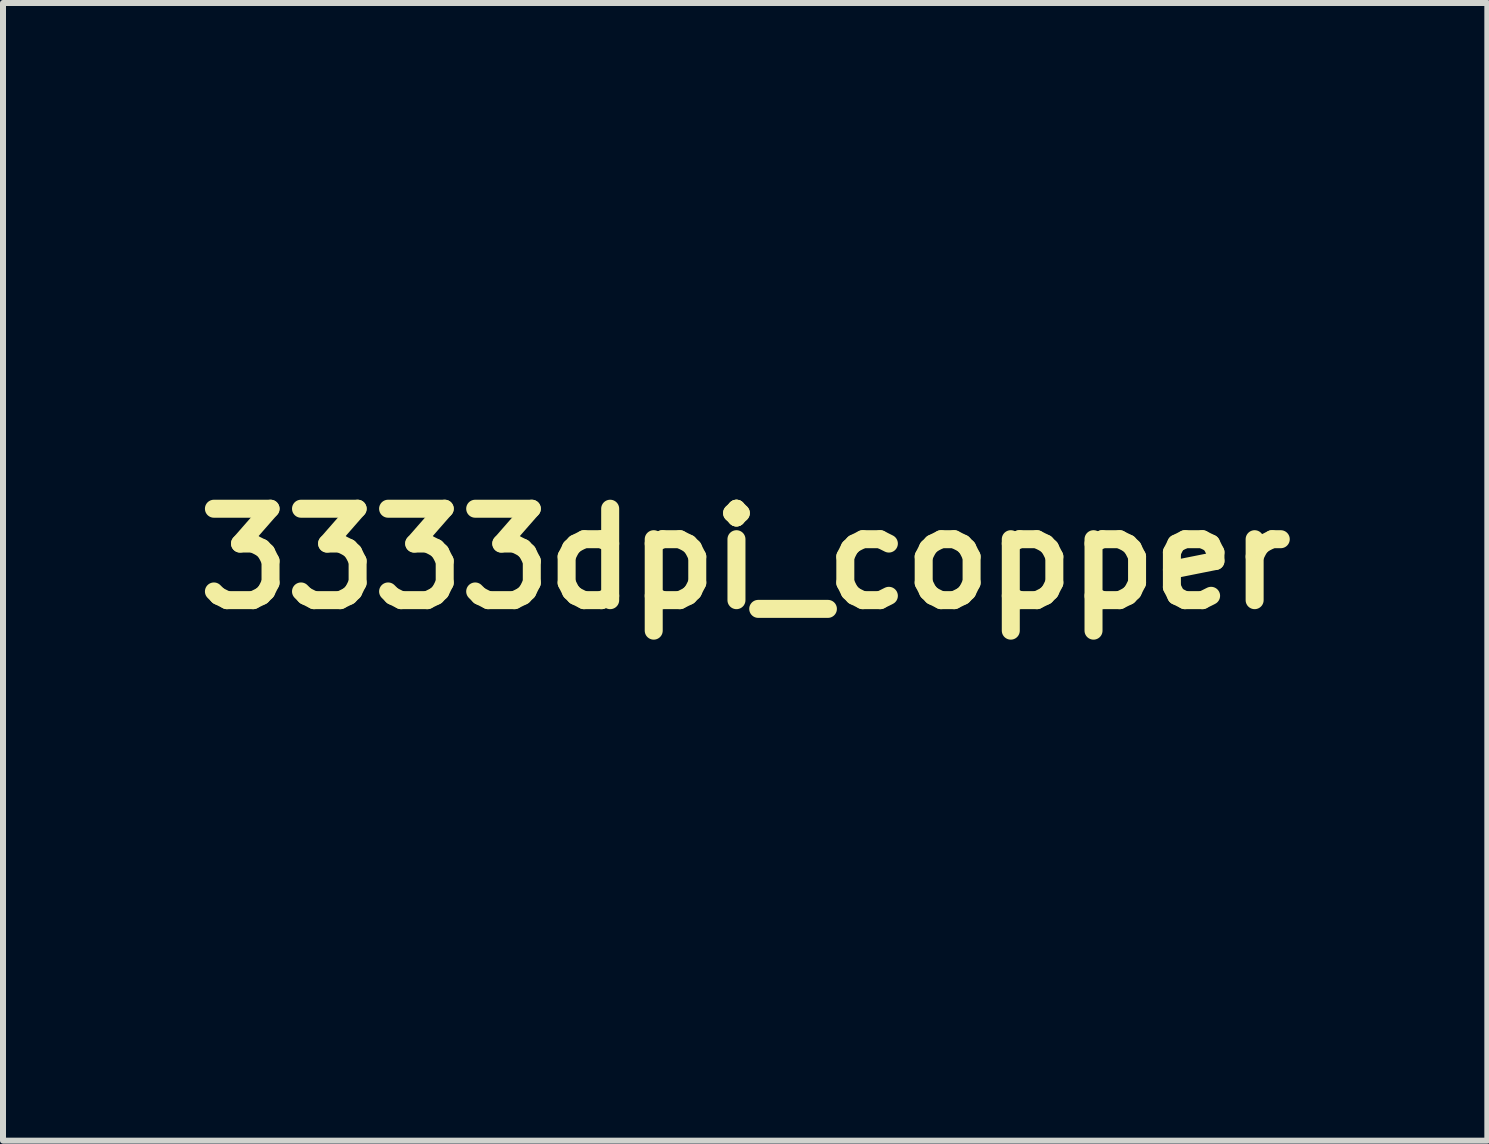
<source format=kicad_pcb>
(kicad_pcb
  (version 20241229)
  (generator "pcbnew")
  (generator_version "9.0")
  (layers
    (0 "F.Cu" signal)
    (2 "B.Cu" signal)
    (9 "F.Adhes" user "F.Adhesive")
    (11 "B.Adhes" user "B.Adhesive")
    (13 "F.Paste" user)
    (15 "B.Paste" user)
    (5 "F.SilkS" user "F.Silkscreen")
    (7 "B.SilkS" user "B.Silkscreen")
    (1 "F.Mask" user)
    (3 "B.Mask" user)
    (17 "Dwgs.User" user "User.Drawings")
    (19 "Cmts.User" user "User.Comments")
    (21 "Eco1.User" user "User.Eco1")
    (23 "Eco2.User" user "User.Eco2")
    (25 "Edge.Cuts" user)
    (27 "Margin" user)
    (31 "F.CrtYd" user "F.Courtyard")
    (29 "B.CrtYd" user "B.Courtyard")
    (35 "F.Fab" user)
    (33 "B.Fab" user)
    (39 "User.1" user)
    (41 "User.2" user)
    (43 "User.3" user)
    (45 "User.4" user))
  (footprint "3333dpi_copper"
    (layer "F.Cu")
    (at 9.369 6.263)
    (property "Reference" "3333dpi_copper" (at 0 0 0) (layer "F.SilkS") (effects (font (size 1.524 1.524) (thickness 0.3))))
    (attr through_hole)
    (fp_poly (pts (xy 0.785 1.459) (xy 0.781 1.463) (xy 0.777 1.459) (xy 0.781 1.456) (xy 0.785 1.459)) (stroke (width 0.01) (type solid)) (fill yes) (layer "F.Mask"))
    (fp_poly (pts (xy 1.082 -5.072) (xy 1.078 -5.068) (xy 1.075 -5.072) (xy 1.078 -5.075) (xy 1.082 -5.072)) (stroke (width 0.01) (type solid)) (fill yes) (layer "F.Mask"))
    (fp_poly (pts (xy 1.097 -5.064) (xy 1.094 -5.06) (xy 1.09 -5.064) (xy 1.094 -5.068) (xy 1.097 -5.064)) (stroke (width 0.01) (type solid)) (fill yes) (layer "F.Mask"))
    (fp_poly (pts (xy 1.113 -5.056) (xy 1.109 -5.053) (xy 1.105 -5.056) (xy 1.109 -5.06) (xy 1.113 -5.056)) (stroke (width 0.01) (type solid)) (fill yes) (layer "F.Mask"))
    (fp_poly (pts (xy 1.128 -5.049) (xy 1.124 -5.045) (xy 1.12 -5.049) (xy 1.124 -5.053) (xy 1.128 -5.049)) (stroke (width 0.01) (type solid)) (fill yes) (layer "F.Mask"))
    (fp_poly (pts (xy 3.948 -3.41) (xy 3.944 -3.406) (xy 3.94 -3.41) (xy 3.944 -3.414) (xy 3.948 -3.41)) (stroke (width 0.01) (type solid)) (fill yes) (layer "F.Mask"))
    (fp_poly (pts (xy -0.991 2.312) (xy -0.991 2.315) (xy -0.993 2.33) (xy -0.998 2.33) (xy -1.001 2.326) (xy -1.001 2.315) (xy -0.998 2.309) (xy -0.993 2.303) (xy -0.991 2.312)) (stroke (width 0.01) (type solid)) (fill yes) (layer "F.Mask"))
    (fp_poly (pts (xy -0.954 2.122) (xy -0.972 2.134) (xy -0.983 2.14) (xy -0.985 2.141) (xy -0.991 2.137) (xy -1.005 2.125) (xy -1.008 2.122) (xy -1.03 2.103) (xy -0.926 2.103) (xy -0.954 2.122)) (stroke (width 0.01) (type solid)) (fill yes) (layer "F.Mask"))
    (fp_poly (pts (xy -1.232 2.074) (xy -1.231 2.08) (xy -1.235 2.084) (xy -1.245 2.094) (xy -1.25 2.096) (xy -1.257 2.09) (xy -1.26 2.084) (xy -1.259 2.076) (xy -1.246 2.073) (xy -1.245 2.073) (xy -1.232 2.074)) (stroke (width 0.01) (type solid)) (fill yes) (layer "F.Mask"))
    (fp_poly (pts (xy -0.779 2.084) (xy -0.79 2.099) (xy -0.796 2.108) (xy -0.796 2.108) (xy -0.802 2.106) (xy -0.813 2.101) (xy -0.822 2.095) (xy -0.822 2.09) (xy -0.811 2.083) (xy -0.797 2.076) (xy -0.763 2.061) (xy -0.779 2.084)) (stroke (width 0.01) (type solid)) (fill yes) (layer "F.Mask"))
    (fp_poly (pts (xy -0.801 2.239) (xy -0.805 2.255) (xy -0.813 2.267) (xy -0.819 2.271) (xy -0.829 2.267) (xy -0.831 2.263) (xy -0.826 2.256) (xy -0.824 2.256) (xy -0.817 2.249) (xy -0.813 2.239) (xy -0.808 2.228) (xy -0.803 2.227) (xy -0.801 2.239)) (stroke (width 0.01) (type solid)) (fill yes) (layer "F.Mask"))
    (fp_poly (pts (xy -1.075 2.153) (xy -1.06 2.163) (xy -1.046 2.175) (xy -1.037 2.185) (xy -1.036 2.186) (xy -1.043 2.194) (xy -1.056 2.201) (xy -1.071 2.206) (xy -1.078 2.202) (xy -1.078 2.2) (xy -1.083 2.184) (xy -1.086 2.165) (xy -1.086 2.152) (xy -1.085 2.149) (xy -1.075 2.153)) (stroke (width 0.01) (type solid)) (fill yes) (layer "F.Mask"))
    (fp_poly (pts (xy -0.544 3.522) (xy -0.527 3.532) (xy -0.523 3.542) (xy -0.531 3.552) (xy -0.554 3.566) (xy -0.56 3.568) (xy -0.601 3.589) (xy -0.617 3.569) (xy -0.627 3.555) (xy -0.628 3.545) (xy -0.617 3.536) (xy -0.596 3.525) (xy -0.575 3.517) (xy -0.56 3.516) (xy -0.544 3.522)) (stroke (width 0.01) (type solid)) (fill yes) (layer "F.Mask"))
    (fp_poly (pts (xy -0.839 2.163) (xy -0.832 2.172) (xy -0.833 2.181) (xy -0.845 2.202) (xy -0.858 2.225) (xy -0.871 2.243) (xy -0.88 2.253) (xy -0.882 2.254) (xy -0.891 2.25) (xy -0.905 2.237) (xy -0.915 2.225) (xy -0.929 2.207) (xy -0.933 2.195) (xy -0.928 2.186) (xy -0.91 2.175) (xy -0.898 2.168) (xy -0.875 2.16) (xy -0.855 2.158) (xy -0.839 2.163)) (stroke (width 0.01) (type solid)) (fill yes) (layer "F.Mask"))
    (fp_poly (pts (xy -1.147 2.13) (xy -1.139 2.143) (xy -1.132 2.168) (xy -1.13 2.18) (xy -1.126 2.209) (xy -1.125 2.226) (xy -1.126 2.236) (xy -1.13 2.241) (xy -1.131 2.242) (xy -1.15 2.248) (xy -1.173 2.246) (xy -1.193 2.239) (xy -1.198 2.235) (xy -1.212 2.212) (xy -1.215 2.188) (xy -1.211 2.169) (xy -1.198 2.142) (xy -1.176 2.128) (xy -1.16 2.126) (xy -1.147 2.13)) (stroke (width 0.01) (type solid)) (fill yes) (layer "F.Mask"))
    (fp_poly (pts (xy -1.114 2.321) (xy -1.113 2.342) (xy -1.113 2.342) (xy -1.114 2.365) (xy -1.119 2.377) (xy -1.127 2.381) (xy -1.146 2.384) (xy -1.167 2.384) (xy -1.186 2.381) (xy -1.196 2.376) (xy -1.197 2.374) (xy -1.203 2.344) (xy -1.208 2.33) (xy -1.209 2.322) (xy -1.203 2.318) (xy -1.186 2.317) (xy -1.175 2.317) (xy -1.15 2.316) (xy -1.131 2.314) (xy -1.125 2.312) (xy -1.117 2.312) (xy -1.114 2.321)) (stroke (width 0.01) (type solid)) (fill yes) (layer "F.Mask"))
    (fp_poly (pts (xy -2.233 -0.108) (xy -2.201 -0.088) (xy -2.175 -0.059) (xy -2.158 -0.025) (xy -2.15 0.013) (xy -2.153 0.052) (xy -2.168 0.092) (xy -2.181 0.111) (xy -2.206 0.133) (xy -2.24 0.15) (xy -2.277 0.159) (xy -2.29 0.16) (xy -2.317 0.156) (xy -2.346 0.148) (xy -2.352 0.146) (xy -2.387 0.122) (xy -2.412 0.09) (xy -2.426 0.053) (xy -2.43 0.014) (xy -2.423 -0.025) (xy -2.405 -0.061) (xy -2.377 -0.091) (xy -2.353 -0.106) (xy -2.31 -0.119) (xy -2.27 -0.119) (xy -2.233 -0.108)) (stroke (width 0.01) (type solid)) (fill yes) (layer "F.Mask"))
    (fp_poly (pts (xy -0.994 2.385) (xy -0.991 2.385) (xy -0.985 2.392) (xy -0.977 2.409) (xy -0.972 2.424) (xy -0.965 2.446) (xy -0.963 2.462) (xy -0.968 2.476) (xy -0.979 2.495) (xy -0.992 2.517) (xy -1.004 2.534) (xy -1.008 2.539) (xy -1.02 2.554) (xy -1.027 2.564) (xy -1.034 2.573) (xy -1.037 2.572) (xy -1.039 2.559) (xy -1.041 2.549) (xy -1.048 2.508) (xy -1.049 2.476) (xy -1.045 2.448) (xy -1.036 2.419) (xy -1.023 2.393) (xy -1.013 2.382) (xy -1.008 2.381) (xy -0.994 2.385)) (stroke (width 0.01) (type solid)) (fill yes) (layer "F.Mask"))
    (fp_poly (pts (xy -0.937 1.95) (xy -0.897 1.951) (xy -0.862 1.952) (xy -0.836 1.953) (xy -0.82 1.954) (xy -0.818 1.954) (xy -0.816 1.962) (xy -0.815 1.98) (xy -0.814 1.996) (xy -0.813 2.02) (xy -0.815 2.033) (xy -0.822 2.04) (xy -0.834 2.044) (xy -0.853 2.047) (xy -0.88 2.05) (xy -0.914 2.053) (xy -0.949 2.055) (xy -0.984 2.056) (xy -1.013 2.055) (xy -1.033 2.054) (xy -1.041 2.052) (xy -1.046 2.042) (xy -1.05 2.021) (xy -1.053 1.997) (xy -1.055 1.947) (xy -0.937 1.95)) (stroke (width 0.01) (type solid)) (fill yes) (layer "F.Mask"))
    (fp_poly (pts (xy 0.511 -0.169) (xy 0.543 -0.148) (xy 0.568 -0.12) (xy 0.586 -0.086) (xy 0.594 -0.048) (xy 0.591 -0.009) (xy 0.575 0.031) (xy 0.562 0.05) (xy 0.537 0.072) (xy 0.503 0.089) (xy 0.466 0.098) (xy 0.453 0.099) (xy 0.426 0.095) (xy 0.398 0.087) (xy 0.392 0.085) (xy 0.356 0.061) (xy 0.332 0.029) (xy 0.317 -0.008) (xy 0.314 -0.047) (xy 0.321 -0.086) (xy 0.338 -0.122) (xy 0.367 -0.152) (xy 0.391 -0.167) (xy 0.433 -0.18) (xy 0.474 -0.18) (xy 0.511 -0.169)) (stroke (width 0.01) (type solid)) (fill yes) (layer "F.Mask"))
    (fp_poly (pts (xy -1.775 3.765) (xy -1.762 3.783) (xy -1.745 3.805) (xy -1.738 3.814) (xy -1.716 3.845) (xy -1.846 4.089) (xy -1.876 4.146) (xy -1.904 4.199) (xy -1.93 4.248) (xy -1.952 4.29) (xy -1.97 4.323) (xy -1.982 4.346) (xy -1.988 4.357) (xy -2 4.381) (xy -2.122 4.29) (xy -2.159 4.262) (xy -2.192 4.237) (xy -2.218 4.217) (xy -2.237 4.203) (xy -2.245 4.197) (xy -2.246 4.197) (xy -2.241 4.191) (xy -2.226 4.176) (xy -2.203 4.152) (xy -2.172 4.121) (xy -2.135 4.084) (xy -2.092 4.042) (xy -2.045 3.996) (xy -2.019 3.97) (xy -1.789 3.746) (xy -1.775 3.765)) (stroke (width 0.01) (type solid)) (fill yes) (layer "F.Mask"))
    (fp_poly (pts (xy -1.569 3.122) (xy -1.543 3.141) (xy -1.532 3.163) (xy -1.533 3.19) (xy -1.538 3.205) (xy -1.545 3.226) (xy -1.546 3.242) (xy -1.542 3.26) (xy -1.536 3.277) (xy -1.527 3.318) (xy -1.528 3.363) (xy -1.539 3.415) (xy -1.547 3.441) (xy -1.561 3.478) (xy -1.576 3.505) (xy -1.593 3.524) (xy -1.61 3.536) (xy -1.641 3.548) (xy -1.678 3.551) (xy -1.713 3.546) (xy -1.734 3.537) (xy -1.761 3.515) (xy -1.793 3.478) (xy -1.824 3.433) (xy -1.845 3.401) (xy -1.83 3.355) (xy -1.818 3.323) (xy -1.799 3.287) (xy -1.777 3.25) (xy -1.754 3.217) (xy -1.733 3.193) (xy -1.725 3.186) (xy -1.702 3.174) (xy -1.68 3.17) (xy -1.661 3.167) (xy -1.643 3.156) (xy -1.625 3.139) (xy -1.595 3.107) (xy -1.569 3.122)) (stroke (width 0.01) (type solid)) (fill yes) (layer "F.Mask"))
    (fp_poly (pts (xy -0.433 3.073) (xy -0.416 3.08) (xy -0.398 3.096) (xy -0.395 3.1) (xy -0.364 3.14) (xy -0.337 3.191) (xy -0.315 3.249) (xy -0.299 3.31) (xy -0.291 3.368) (xy -0.291 3.395) (xy -0.293 3.456) (xy -0.327 3.473) (xy -0.365 3.486) (xy -0.407 3.491) (xy -0.45 3.489) (xy -0.486 3.479) (xy -0.497 3.473) (xy -0.534 3.442) (xy -0.562 3.4) (xy -0.58 3.349) (xy -0.587 3.29) (xy -0.587 3.283) (xy -0.584 3.243) (xy -0.573 3.214) (xy -0.553 3.192) (xy -0.526 3.176) (xy -0.505 3.166) (xy -0.491 3.157) (xy -0.488 3.153) (xy -0.494 3.147) (xy -0.51 3.143) (xy -0.511 3.142) (xy -0.528 3.135) (xy -0.532 3.123) (xy -0.522 3.105) (xy -0.511 3.093) (xy -0.492 3.078) (xy -0.47 3.072) (xy -0.456 3.071) (xy -0.433 3.073)) (stroke (width 0.01) (type solid)) (fill yes) (layer "F.Mask"))
    (fp_poly (pts (xy -0.26 3.694) (xy -0.245 3.71) (xy -0.224 3.736) (xy -0.196 3.769) (xy -0.163 3.808) (xy -0.127 3.853) (xy -0.1 3.886) (xy 0.06 4.083) (xy 0.042 4.151) (xy 0.026 4.206) (xy 0.011 4.251) (xy -0.005 4.288) (xy -0.023 4.321) (xy -0.046 4.354) (xy -0.067 4.381) (xy -0.1 4.412) (xy -0.136 4.43) (xy -0.178 4.434) (xy -0.21 4.43) (xy -0.219 4.426) (xy -0.223 4.418) (xy -0.224 4.399) (xy -0.224 4.385) (xy -0.224 4.363) (xy -0.225 4.349) (xy -0.227 4.348) (xy -0.232 4.342) (xy -0.242 4.325) (xy -0.257 4.297) (xy -0.277 4.259) (xy -0.3 4.214) (xy -0.325 4.163) (xy -0.348 4.118) (xy -0.463 3.883) (xy -0.367 3.786) (xy -0.336 3.754) (xy -0.308 3.727) (xy -0.286 3.706) (xy -0.271 3.693) (xy -0.265 3.688) (xy -0.26 3.694)) (stroke (width 0.01) (type solid)) (fill yes) (layer "F.Mask"))
    (fp_poly (pts (xy -1.662 3.915) (xy -1.648 3.931) (xy -1.628 3.954) (xy -1.603 3.983) (xy -1.583 4.008) (xy -1.502 4.106) (xy -1.546 4.351) (xy -1.557 4.41) (xy -1.567 4.464) (xy -1.576 4.512) (xy -1.583 4.55) (xy -1.589 4.579) (xy -1.593 4.595) (xy -1.594 4.598) (xy -1.602 4.599) (xy -1.623 4.6) (xy -1.656 4.602) (xy -1.698 4.603) (xy -1.748 4.605) (xy -1.803 4.606) (xy -1.816 4.607) (xy -2.036 4.612) (xy -2.031 4.596) (xy -2.026 4.585) (xy -2.016 4.563) (xy -1.999 4.531) (xy -1.979 4.491) (xy -1.954 4.444) (xy -1.927 4.392) (xy -1.897 4.336) (xy -1.866 4.277) (xy -1.835 4.218) (xy -1.805 4.16) (xy -1.775 4.105) (xy -1.747 4.053) (xy -1.723 4.007) (xy -1.702 3.968) (xy -1.685 3.938) (xy -1.674 3.918) (xy -1.668 3.91) (xy -1.668 3.91) (xy -1.662 3.915)) (stroke (width 0.01) (type solid)) (fill yes) (layer "F.Mask"))
    (fp_poly (pts (xy -1.085 3.725) (xy -1.073 3.742) (xy -1.056 3.768) (xy -1.035 3.8) (xy -1.017 3.828) (xy -0.948 3.936) (xy -0.955 4.279) (xy -0.956 4.35) (xy -0.958 4.416) (xy -0.959 4.475) (xy -0.961 4.527) (xy -0.962 4.569) (xy -0.963 4.601) (xy -0.964 4.62) (xy -0.964 4.625) (xy -0.972 4.627) (xy -0.993 4.632) (xy -1.024 4.64) (xy -1.064 4.649) (xy -1.111 4.66) (xy -1.162 4.671) (xy -1.215 4.683) (xy -1.269 4.695) (xy -1.32 4.707) (xy -1.368 4.717) (xy -1.41 4.726) (xy -1.444 4.733) (xy -1.468 4.738) (xy -1.476 4.74) (xy -1.502 4.745) (xy -1.524 4.75) (xy -1.532 4.752) (xy -1.544 4.754) (xy -1.546 4.746) (xy -1.545 4.739) (xy -1.543 4.728) (xy -1.538 4.703) (xy -1.531 4.667) (xy -1.523 4.621) (xy -1.513 4.567) (xy -1.502 4.506) (xy -1.49 4.441) (xy -1.486 4.416) (xy -1.431 4.112) (xy -1.263 3.915) (xy -1.223 3.869) (xy -1.186 3.826) (xy -1.154 3.789) (xy -1.127 3.759) (xy -1.106 3.736) (xy -1.094 3.722) (xy -1.09 3.719) (xy -1.085 3.725)) (stroke (width 0.01) (type solid)) (fill yes) (layer "F.Mask"))
    (fp_poly (pts (xy -0.51 3.95) (xy -0.499 3.97) (xy -0.484 4) (xy -0.465 4.038) (xy -0.444 4.081) (xy -0.421 4.128) (xy -0.398 4.177) (xy -0.375 4.225) (xy -0.353 4.271) (xy -0.333 4.312) (xy -0.317 4.347) (xy -0.305 4.374) (xy -0.298 4.39) (xy -0.297 4.394) (xy -0.301 4.406) (xy -0.31 4.427) (xy -0.323 4.455) (xy -0.333 4.476) (xy -0.356 4.516) (xy -0.379 4.551) (xy -0.409 4.585) (xy -0.43 4.607) (xy -0.503 4.669) (xy -0.58 4.718) (xy -0.664 4.753) (xy -0.756 4.775) (xy -0.826 4.783) (xy -0.894 4.788) (xy -0.889 4.454) (xy -0.887 4.382) (xy -0.886 4.314) (xy -0.885 4.252) (xy -0.883 4.196) (xy -0.882 4.149) (xy -0.881 4.113) (xy -0.88 4.09) (xy -0.879 4.082) (xy -0.875 4.045) (xy -0.84 4.097) (xy -0.818 4.13) (xy -0.801 4.151) (xy -0.788 4.163) (xy -0.775 4.168) (xy -0.766 4.169) (xy -0.755 4.163) (xy -0.734 4.147) (xy -0.705 4.12) (xy -0.667 4.084) (xy -0.635 4.053) (xy -0.601 4.019) (xy -0.57 3.989) (xy -0.545 3.965) (xy -0.526 3.949) (xy -0.516 3.941) (xy -0.515 3.941) (xy -0.51 3.95)) (stroke (width 0.01) (type solid)) (fill yes) (layer "F.Mask"))
    (fp_poly (pts (xy -1.162 2.447) (xy -1.143 2.449) (xy -1.136 2.451) (xy -1.135 2.451) (xy -1.14 2.46) (xy -1.15 2.476) (xy -1.155 2.482) (xy -1.168 2.506) (xy -1.171 2.528) (xy -1.164 2.544) (xy -1.149 2.552) (xy -1.129 2.548) (xy -1.121 2.544) (xy -1.099 2.532) (xy -1.09 2.576) (xy -1.086 2.609) (xy -1.085 2.647) (xy -1.086 2.668) (xy -1.089 2.699) (xy -1.092 2.728) (xy -1.093 2.743) (xy -1.096 2.766) (xy -1.099 2.795) (xy -1.102 2.82) (xy -1.105 2.85) (xy -1.106 2.878) (xy -1.106 2.894) (xy -1.108 2.913) (xy -1.113 2.918) (xy -1.121 2.908) (xy -1.125 2.898) (xy -1.129 2.881) (xy -1.131 2.873) (xy -1.135 2.864) (xy -1.142 2.852) (xy -1.147 2.839) (xy -1.146 2.835) (xy -1.146 2.83) (xy -1.149 2.825) (xy -1.155 2.815) (xy -1.165 2.793) (xy -1.177 2.764) (xy -1.185 2.743) (xy -1.198 2.71) (xy -1.21 2.68) (xy -1.22 2.656) (xy -1.223 2.648) (xy -1.232 2.627) (xy -1.243 2.6) (xy -1.246 2.591) (xy -1.256 2.566) (xy -1.264 2.544) (xy -1.267 2.538) (xy -1.276 2.515) (xy -1.282 2.5) (xy -1.29 2.48) (xy -1.296 2.468) (xy -1.298 2.459) (xy -1.289 2.454) (xy -1.274 2.452) (xy -1.248 2.449) (xy -1.218 2.448) (xy -1.188 2.447) (xy -1.162 2.447)) (stroke (width 0.01) (type solid)) (fill yes) (layer "F.Mask"))
    (fp_poly (pts (xy -0.705 2.068) (xy -0.69 2.071) (xy -0.667 2.073) (xy -0.659 2.073) (xy -0.638 2.074) (xy -0.63 2.077) (xy -0.631 2.084) (xy -0.632 2.086) (xy -0.643 2.11) (xy -0.651 2.135) (xy -0.652 2.138) (xy -0.656 2.15) (xy -0.663 2.168) (xy -0.663 2.168) (xy -0.669 2.184) (xy -0.671 2.193) (xy -0.671 2.193) (xy -0.674 2.2) (xy -0.681 2.217) (xy -0.683 2.223) (xy -0.696 2.255) (xy -0.705 2.275) (xy -0.71 2.288) (xy -0.712 2.295) (xy -0.713 2.298) (xy -0.717 2.31) (xy -0.724 2.328) (xy -0.724 2.328) (xy -0.732 2.345) (xy -0.736 2.356) (xy -0.74 2.369) (xy -0.742 2.379) (xy -0.749 2.393) (xy -0.76 2.398) (xy -0.776 2.399) (xy -0.802 2.397) (xy -0.825 2.392) (xy -0.826 2.392) (xy -0.845 2.389) (xy -0.858 2.39) (xy -0.867 2.39) (xy -0.868 2.379) (xy -0.861 2.359) (xy -0.855 2.347) (xy -0.844 2.341) (xy -0.823 2.34) (xy -0.819 2.34) (xy -0.793 2.337) (xy -0.774 2.329) (xy -0.762 2.318) (xy -0.742 2.288) (xy -0.733 2.249) (xy -0.737 2.206) (xy -0.743 2.182) (xy -0.751 2.157) (xy -0.752 2.139) (xy -0.749 2.123) (xy -0.747 2.119) (xy -0.739 2.103) (xy -0.732 2.096) (xy -0.732 2.096) (xy -0.725 2.089) (xy -0.722 2.079) (xy -0.714 2.068) (xy -0.705 2.068)) (stroke (width 0.01) (type solid)) (fill yes) (layer "F.Mask"))
    (fp_poly (pts (xy 3.284 -5.447) (xy 3.44 -5.443) (xy 3.583 -5.437) (xy 3.713 -5.428) (xy 3.83 -5.416) (xy 3.933 -5.402) (xy 4.022 -5.386) (xy 4.097 -5.367) (xy 4.102 -5.365) (xy 4.153 -5.349) (xy 4.153 -5.146) (xy 4.149 -4.935) (xy 4.139 -4.717) (xy 4.122 -4.496) (xy 4.098 -4.279) (xy 4.092 -4.23) (xy 4.062 -4.037) (xy 4.022 -3.853) (xy 3.972 -3.677) (xy 3.911 -3.505) (xy 3.838 -3.337) (xy 3.753 -3.169) (xy 3.655 -3) (xy 3.593 -2.904) (xy 3.505 -2.776) (xy 3.408 -2.651) (xy 3.307 -2.531) (xy 3.203 -2.419) (xy 3.098 -2.318) (xy 3.029 -2.258) (xy 3 -2.233) (xy 2.973 -2.211) (xy 2.952 -2.193) (xy 2.941 -2.184) (xy 2.922 -2.167) (xy 2.905 -2.312) (xy 2.87 -2.549) (xy 2.825 -2.777) (xy 2.767 -2.997) (xy 2.697 -3.21) (xy 2.615 -3.417) (xy 2.519 -3.619) (xy 2.41 -3.818) (xy 2.389 -3.854) (xy 2.278 -4.025) (xy 2.153 -4.191) (xy 2.013 -4.352) (xy 1.859 -4.51) (xy 1.731 -4.627) (xy 1.592 -4.743) (xy 1.452 -4.848) (xy 1.315 -4.939) (xy 1.218 -4.995) (xy 1.137 -5.04) (xy 1.176 -5.059) (xy 1.215 -5.076) (xy 1.265 -5.098) (xy 1.322 -5.122) (xy 1.382 -5.148) (xy 1.442 -5.173) (xy 1.497 -5.195) (xy 1.546 -5.214) (xy 1.57 -5.224) (xy 1.73 -5.278) (xy 1.9 -5.325) (xy 2.08 -5.364) (xy 2.272 -5.395) (xy 2.475 -5.42) (xy 2.69 -5.437) (xy 2.918 -5.446) (xy 3.117 -5.449) (xy 3.284 -5.447)) (stroke (width 0.01) (type solid)) (fill yes) (layer "F.Mask"))
    (fp_poly (pts (xy -1.469 2.265) (xy -1.464 2.358) (xy -1.523 2.415) (xy -1.56 2.453) (xy -1.587 2.486) (xy -1.604 2.518) (xy -1.614 2.553) (xy -1.619 2.593) (xy -1.619 2.628) (xy -1.62 2.706) (xy -1.695 2.765) (xy -1.77 2.824) (xy -1.815 2.813) (xy -1.839 2.807) (xy -1.857 2.806) (xy -1.865 2.807) (xy -1.863 2.815) (xy -1.852 2.829) (xy -1.84 2.841) (xy -1.805 2.872) (xy -1.78 2.895) (xy -1.762 2.912) (xy -1.751 2.924) (xy -1.743 2.933) (xy -1.738 2.941) (xy -1.724 2.96) (xy -1.713 2.971) (xy -1.702 2.983) (xy -1.699 2.989) (xy -1.695 2.999) (xy -1.686 3.01) (xy -1.663 3.037) (xy -1.651 3.055) (xy -1.651 3.067) (xy -1.661 3.082) (xy -1.677 3.097) (xy -1.694 3.107) (xy -1.705 3.109) (xy -1.735 3.116) (xy -1.766 3.138) (xy -1.8 3.174) (xy -1.837 3.225) (xy -1.861 3.264) (xy -1.875 3.288) (xy -1.886 3.306) (xy -1.893 3.315) (xy -1.893 3.315) (xy -1.898 3.309) (xy -1.909 3.293) (xy -1.924 3.269) (xy -1.932 3.256) (xy -1.95 3.227) (xy -1.966 3.201) (xy -1.978 3.182) (xy -1.981 3.178) (xy -1.988 3.165) (xy -2 3.141) (xy -2.017 3.11) (xy -2.035 3.073) (xy -2.055 3.033) (xy -2.074 2.994) (xy -2.092 2.958) (xy -2.106 2.928) (xy -2.113 2.911) (xy -2.123 2.887) (xy -2.129 2.865) (xy -2.129 2.863) (xy -2.133 2.846) (xy -2.137 2.837) (xy -2.14 2.826) (xy -2.143 2.806) (xy -2.144 2.795) (xy -2.149 2.76) (xy -2.017 2.632) (xy -1.945 2.562) (xy -1.88 2.501) (xy -1.82 2.447) (xy -1.764 2.398) (xy -1.707 2.351) (xy -1.649 2.304) (xy -1.586 2.256) (xy -1.531 2.215) (xy -1.473 2.173) (xy -1.469 2.265)) (stroke (width 0.01) (type solid)) (fill yes) (layer "F.Mask"))
    (fp_poly (pts (xy -1.563 -6.253) (xy -1.379 -6.237) (xy -1.206 -6.214) (xy -1.043 -6.183) (xy -0.885 -6.144) (xy -0.731 -6.096) (xy -0.577 -6.038) (xy -0.421 -5.97) (xy -0.305 -5.913) (xy -0.208 -5.862) (xy -0.106 -5.804) (xy -0.002 -5.741) (xy 0.102 -5.675) (xy 0.203 -5.608) (xy 0.298 -5.541) (xy 0.385 -5.476) (xy 0.461 -5.415) (xy 0.463 -5.413) (xy 0.501 -5.38) (xy 0.537 -5.348) (xy 0.569 -5.319) (xy 0.596 -5.294) (xy 0.615 -5.275) (xy 0.626 -5.262) (xy 0.627 -5.258) (xy 0.616 -5.261) (xy 0.596 -5.267) (xy 0.586 -5.27) (xy 0.501 -5.297) (xy 0.403 -5.322) (xy 0.294 -5.346) (xy 0.176 -5.368) (xy 0.049 -5.387) (xy -0.083 -5.404) (xy -0.13 -5.408) (xy -0.229 -5.416) (xy -0.339 -5.421) (xy -0.457 -5.423) (xy -0.579 -5.422) (xy -0.701 -5.418) (xy -0.821 -5.411) (xy -0.936 -5.402) (xy -1.041 -5.39) (xy -1.124 -5.377) (xy -1.146 -5.374) (xy -1.174 -5.37) (xy -1.181 -5.369) (xy -1.227 -5.362) (xy -1.258 -5.357) (xy -1.273 -5.354) (xy -1.287 -5.351) (xy -1.309 -5.348) (xy -1.321 -5.346) (xy -1.343 -5.343) (xy -1.373 -5.338) (xy -1.407 -5.331) (xy -1.441 -5.324) (xy -1.471 -5.318) (xy -1.494 -5.313) (xy -1.507 -5.309) (xy -1.508 -5.309) (xy -1.518 -5.305) (xy -1.537 -5.302) (xy -1.543 -5.301) (xy -1.558 -5.298) (xy -1.576 -5.294) (xy -1.601 -5.288) (xy -1.633 -5.28) (xy -1.675 -5.269) (xy -1.73 -5.254) (xy -1.73 -5.254) (xy -1.758 -5.246) (xy -1.783 -5.24) (xy -1.793 -5.238) (xy -1.815 -5.234) (xy -1.811 -5.294) (xy -1.808 -5.329) (xy -1.806 -5.372) (xy -1.803 -5.416) (xy -1.802 -5.434) (xy -1.789 -5.587) (xy -1.768 -5.744) (xy -1.738 -5.899) (xy -1.702 -6.048) (xy -1.663 -6.176) (xy -1.635 -6.258) (xy -1.563 -6.253)) (stroke (width 0.01) (type solid)) (fill yes) (layer "F.Mask"))
    (fp_poly (pts (xy -0.83 2.458) (xy -0.796 2.461) (xy -0.762 2.464) (xy -0.744 2.466) (xy -0.718 2.468) (xy -0.706 2.472) (xy -0.704 2.477) (xy -0.712 2.486) (xy -0.712 2.487) (xy -0.722 2.499) (xy -0.724 2.505) (xy -0.729 2.514) (xy -0.74 2.529) (xy -0.743 2.532) (xy -0.756 2.547) (xy -0.762 2.557) (xy -0.762 2.558) (xy -0.767 2.568) (xy -0.778 2.582) (xy -0.781 2.585) (xy -0.794 2.6) (xy -0.8 2.611) (xy -0.8 2.612) (xy -0.805 2.621) (xy -0.817 2.636) (xy -0.819 2.638) (xy -0.832 2.654) (xy -0.838 2.666) (xy -0.838 2.667) (xy -0.844 2.677) (xy -0.85 2.68) (xy -0.86 2.688) (xy -0.861 2.693) (xy -0.866 2.704) (xy -0.878 2.72) (xy -0.88 2.722) (xy -0.893 2.737) (xy -0.899 2.748) (xy -0.899 2.749) (xy -0.904 2.758) (xy -0.916 2.773) (xy -0.918 2.776) (xy -0.931 2.791) (xy -0.937 2.801) (xy -0.937 2.802) (xy -0.942 2.811) (xy -0.954 2.826) (xy -0.956 2.829) (xy -0.969 2.844) (xy -0.975 2.855) (xy -0.976 2.856) (xy -0.98 2.865) (xy -0.992 2.88) (xy -0.998 2.888) (xy -1.014 2.907) (xy -1.026 2.921) (xy -1.029 2.924) (xy -1.036 2.937) (xy -1.036 2.941) (xy -1.042 2.951) (xy -1.045 2.953) (xy -1.049 2.951) (xy -1.049 2.936) (xy -1.048 2.925) (xy -1.045 2.897) (xy -1.041 2.864) (xy -1.04 2.85) (xy -1.035 2.801) (xy -1.03 2.745) (xy -1.026 2.705) (xy -1.023 2.682) (xy -1.022 2.667) (xy -1.018 2.656) (xy -1.007 2.635) (xy -0.991 2.608) (xy -0.972 2.58) (xy -0.954 2.553) (xy -0.937 2.53) (xy -0.925 2.516) (xy -0.919 2.519) (xy -0.906 2.53) (xy -0.9 2.537) (xy -0.879 2.555) (xy -0.862 2.56) (xy -0.846 2.551) (xy -0.843 2.549) (xy -0.833 2.536) (xy -0.832 2.523) (xy -0.841 2.506) (xy -0.854 2.486) (xy -0.878 2.454) (xy -0.83 2.458)) (stroke (width 0.01) (type solid)) (fill yes) (layer "F.Mask"))
    (fp_poly (pts (xy -0.314 2.165) (xy -0.3 2.183) (xy -0.279 2.211) (xy -0.252 2.248) (xy -0.22 2.293) (xy -0.184 2.344) (xy -0.144 2.4) (xy -0.102 2.46) (xy -0.098 2.466) (xy -0.054 2.528) (xy -0.013 2.588) (xy 0.026 2.644) (xy 0.062 2.695) (xy 0.093 2.739) (xy 0.118 2.775) (xy 0.136 2.801) (xy 0.146 2.816) (xy 0.162 2.839) (xy 0.174 2.858) (xy 0.18 2.869) (xy 0.18 2.87) (xy 0.178 2.882) (xy 0.171 2.9) (xy 0.169 2.904) (xy 0.162 2.922) (xy 0.157 2.933) (xy 0.157 2.934) (xy 0.152 2.948) (xy 0.144 2.966) (xy 0.134 2.985) (xy 0.125 2.999) (xy 0.121 3.003) (xy 0.115 3.008) (xy 0.114 3.011) (xy 0.11 3.023) (xy 0.105 3.03) (xy 0.095 3.041) (xy 0.079 3.059) (xy 0.065 3.076) (xy 0.023 3.124) (xy -0.03 3.182) (xy -0.093 3.249) (xy -0.12 3.279) (xy -0.149 3.31) (xy -0.175 3.338) (xy -0.181 3.345) (xy -0.219 3.386) (xy -0.223 3.347) (xy -0.228 3.323) (xy -0.237 3.289) (xy -0.25 3.249) (xy -0.263 3.208) (xy -0.278 3.169) (xy -0.291 3.137) (xy -0.295 3.128) (xy -0.306 3.11) (xy -0.323 3.086) (xy -0.337 3.069) (xy -0.353 3.047) (xy -0.36 3.031) (xy -0.357 3.015) (xy -0.342 2.997) (xy -0.326 2.983) (xy -0.309 2.965) (xy -0.286 2.941) (xy -0.262 2.915) (xy -0.256 2.909) (xy -0.212 2.858) (xy -0.14 2.842) (xy -0.11 2.834) (xy -0.085 2.827) (xy -0.071 2.822) (xy -0.069 2.82) (xy -0.076 2.817) (xy -0.094 2.812) (xy -0.121 2.807) (xy -0.135 2.805) (xy -0.166 2.8) (xy -0.192 2.796) (xy -0.208 2.794) (xy -0.21 2.793) (xy -0.217 2.786) (xy -0.232 2.769) (xy -0.252 2.743) (xy -0.277 2.711) (xy -0.304 2.673) (xy -0.313 2.662) (xy -0.341 2.624) (xy -0.366 2.589) (xy -0.387 2.561) (xy -0.402 2.541) (xy -0.411 2.531) (xy -0.411 2.53) (xy -0.416 2.522) (xy -0.426 2.503) (xy -0.439 2.477) (xy -0.449 2.456) (xy -0.482 2.386) (xy -0.447 2.314) (xy -0.428 2.28) (xy -0.407 2.246) (xy -0.383 2.214) (xy -0.361 2.188) (xy -0.341 2.168) (xy -0.326 2.158) (xy -0.32 2.158) (xy -0.314 2.165)) (stroke (width 0.01) (type solid)) (fill yes) (layer "F.Mask"))
    (fp_poly (pts (xy 3.375 -2.485) (xy 3.392 -2.47) (xy 3.417 -2.447) (xy 3.451 -2.416) (xy 3.492 -2.379) (xy 3.538 -2.336) (xy 3.59 -2.288) (xy 3.645 -2.237) (xy 3.703 -2.183) (xy 3.763 -2.128) (xy 3.824 -2.071) (xy 3.884 -2.015) (xy 3.943 -1.961) (xy 3.999 -1.908) (xy 4.052 -1.859) (xy 4.101 -1.813) (xy 4.143 -1.773) (xy 4.18 -1.739) (xy 4.209 -1.712) (xy 4.229 -1.693) (xy 4.239 -1.683) (xy 4.24 -1.681) (xy 4.238 -1.674) (xy 4.228 -1.656) (xy 4.212 -1.627) (xy 4.188 -1.586) (xy 4.156 -1.533) (xy 4.118 -1.469) (xy 4.071 -1.393) (xy 4.018 -1.305) (xy 3.956 -1.205) (xy 3.887 -1.092) (xy 3.809 -0.967) (xy 3.724 -0.83) (xy 3.681 -0.761) (xy 3.614 -0.654) (xy 3.55 -0.55) (xy 3.488 -0.45) (xy 3.429 -0.355) (xy 3.373 -0.266) (xy 3.322 -0.184) (xy 3.275 -0.108) (xy 3.233 -0.041) (xy 3.196 0.018) (xy 3.165 0.067) (xy 3.14 0.106) (xy 3.123 0.135) (xy 3.112 0.151) (xy 3.109 0.156) (xy 3.102 0.154) (xy 3.093 0.139) (xy 3.088 0.129) (xy 3.082 0.117) (xy 3.071 0.092) (xy 3.056 0.057) (xy 3.036 0.012) (xy 3.013 -0.039) (xy 2.987 -0.097) (xy 2.96 -0.158) (xy 2.931 -0.222) (xy 2.902 -0.286) (xy 2.874 -0.35) (xy 2.847 -0.411) (xy 2.821 -0.468) (xy 2.798 -0.519) (xy 2.779 -0.562) (xy 2.763 -0.597) (xy 2.759 -0.607) (xy 2.737 -0.654) (xy 2.76 -0.729) (xy 2.774 -0.778) (xy 2.79 -0.838) (xy 2.808 -0.907) (xy 2.826 -0.979) (xy 2.843 -1.052) (xy 2.859 -1.122) (xy 2.873 -1.185) (xy 2.88 -1.217) (xy 2.903 -1.339) (xy 2.92 -1.451) (xy 2.932 -1.558) (xy 2.938 -1.665) (xy 2.94 -1.777) (xy 2.939 -1.879) (xy 2.937 -1.93) (xy 2.936 -1.978) (xy 2.934 -2.02) (xy 2.932 -2.052) (xy 2.93 -2.074) (xy 2.929 -2.079) (xy 2.928 -2.096) (xy 2.932 -2.102) (xy 2.932 -2.102) (xy 2.942 -2.105) (xy 2.961 -2.118) (xy 2.989 -2.139) (xy 3.022 -2.167) (xy 3.061 -2.2) (xy 3.102 -2.236) (xy 3.145 -2.276) (xy 3.189 -2.316) (xy 3.231 -2.356) (xy 3.27 -2.395) (xy 3.305 -2.43) (xy 3.318 -2.445) (xy 3.339 -2.466) (xy 3.356 -2.482) (xy 3.367 -2.49) (xy 3.369 -2.49) (xy 3.375 -2.485)) (stroke (width 0.01) (type solid)) (fill yes) (layer "F.Mask"))
    (fp_poly (pts (xy -3.197 0.341) (xy -3.186 0.354) (xy -3.172 0.375) (xy -3.169 0.378) (xy -3.145 0.411) (xy -3.119 0.442) (xy -3.089 0.474) (xy -3.05 0.509) (xy -3.006 0.549) (xy -2.936 0.609) (xy -2.908 0.722) (xy -2.87 0.857) (xy -2.829 0.983) (xy -2.784 1.098) (xy -2.736 1.202) (xy -2.686 1.292) (xy -2.634 1.369) (xy -2.609 1.4) (xy -2.575 1.44) (xy -2.56 1.553) (xy -2.552 1.624) (xy -2.547 1.698) (xy -2.545 1.77) (xy -2.546 1.838) (xy -2.549 1.899) (xy -2.555 1.949) (xy -2.56 1.976) (xy -2.581 2.041) (xy -2.612 2.103) (xy -2.653 2.164) (xy -2.669 2.185) (xy -2.7 2.223) (xy -2.731 2.264) (xy -2.76 2.304) (xy -2.787 2.341) (xy -2.807 2.373) (xy -2.821 2.395) (xy -2.822 2.398) (xy -2.848 2.458) (xy -2.87 2.525) (xy -2.886 2.596) (xy -2.897 2.667) (xy -2.902 2.733) (xy -2.899 2.791) (xy -2.897 2.806) (xy -2.88 2.879) (xy -2.856 2.949) (xy -2.827 3.012) (xy -2.794 3.065) (xy -2.777 3.086) (xy -2.759 3.107) (xy -2.752 3.118) (xy -2.757 3.122) (xy -2.776 3.12) (xy -2.795 3.117) (xy -2.86 3.097) (xy -2.926 3.067) (xy -2.989 3.028) (xy -3.046 2.982) (xy -3.095 2.93) (xy -3.132 2.877) (xy -3.14 2.862) (xy -3.153 2.836) (xy -3.16 2.815) (xy -3.164 2.794) (xy -3.166 2.767) (xy -3.166 2.732) (xy -3.167 2.699) (xy -3.169 2.671) (xy -3.171 2.652) (xy -3.173 2.646) (xy -3.186 2.638) (xy -3.207 2.64) (xy -3.233 2.65) (xy -3.26 2.668) (xy -3.287 2.691) (xy -3.311 2.719) (xy -3.315 2.724) (xy -3.338 2.763) (xy -3.352 2.804) (xy -3.359 2.85) (xy -3.359 2.906) (xy -3.359 2.912) (xy -3.355 2.988) (xy -3.378 2.967) (xy -3.43 2.911) (xy -3.477 2.847) (xy -3.516 2.778) (xy -3.545 2.71) (xy -3.556 2.675) (xy -3.562 2.636) (xy -3.565 2.587) (xy -3.565 2.532) (xy -3.562 2.475) (xy -3.556 2.42) (xy -3.548 2.372) (xy -3.544 2.355) (xy -3.529 2.309) (xy -3.508 2.254) (xy -3.483 2.192) (xy -3.454 2.128) (xy -3.424 2.064) (xy -3.393 2.005) (xy -3.383 1.985) (xy -3.315 1.857) (xy -3.258 1.739) (xy -3.209 1.628) (xy -3.17 1.523) (xy -3.15 1.464) (xy -3.118 1.345) (xy -3.097 1.235) (xy -3.087 1.13) (xy -3.086 1.088) (xy -3.085 1.053) (xy -3.085 1.024) (xy -3.084 1.005) (xy -3.083 0.998) (xy -3.075 1.001) (xy -3.058 1.008) (xy -3.046 1.014) (xy -3.017 1.023) (xy -2.997 1.022) (xy -2.982 1.01) (xy -2.979 1.005) (xy -2.977 0.996) (xy -2.98 0.982) (xy -2.989 0.96) (xy -3.004 0.928) (xy -3.013 0.908) (xy -3.061 0.81) (xy -3.099 0.719) (xy -3.131 0.633) (xy -3.157 0.547) (xy -3.178 0.457) (xy -3.185 0.421) (xy -3.192 0.388) (xy -3.197 0.361) (xy -3.2 0.343) (xy -3.201 0.337) (xy -3.197 0.341)) (stroke (width 0.01) (type solid)) (fill yes) (layer "F.Mask"))
    (fp_poly (pts (xy -1.612 4.673) (xy -1.603 4.676) (xy -1.603 4.685) (xy -1.603 4.685) (xy -1.615 4.736) (xy -1.619 4.777) (xy -1.617 4.807) (xy -1.608 4.826) (xy -1.593 4.832) (xy -1.582 4.83) (xy -1.558 4.826) (xy -1.523 4.819) (xy -1.48 4.81) (xy -1.43 4.799) (xy -1.375 4.788) (xy -1.37 4.787) (xy -1.315 4.775) (xy -1.264 4.764) (xy -1.219 4.754) (xy -1.182 4.746) (xy -1.155 4.741) (xy -1.142 4.738) (xy -1.141 4.738) (xy -1.12 4.735) (xy -1.12 4.836) (xy -1.12 4.877) (xy -1.119 4.905) (xy -1.118 4.924) (xy -1.115 4.934) (xy -1.111 4.94) (xy -1.105 4.942) (xy -1.089 4.944) (xy -1.082 4.942) (xy -1.07 4.942) (xy -1.063 4.946) (xy -1.061 4.949) (xy -1.059 4.957) (xy -1.057 4.968) (xy -1.056 4.985) (xy -1.055 5.009) (xy -1.054 5.04) (xy -1.053 5.08) (xy -1.053 5.129) (xy -1.052 5.189) (xy -1.052 5.259) (xy -1.052 5.342) (xy -1.052 5.439) (xy -1.052 5.549) (xy -1.052 5.566) (xy -1.052 5.719) (xy -1.052 5.857) (xy -1.053 5.981) (xy -1.055 6.092) (xy -1.057 6.191) (xy -1.059 6.279) (xy -1.063 6.355) (xy -1.067 6.422) (xy -1.072 6.479) (xy -1.079 6.527) (xy -1.086 6.567) (xy -1.094 6.601) (xy -1.104 6.627) (xy -1.115 6.648) (xy -1.127 6.665) (xy -1.141 6.676) (xy -1.157 6.685) (xy -1.174 6.69) (xy -1.176 6.691) (xy -1.21 6.692) (xy -1.229 6.687) (xy -1.26 6.669) (xy -1.292 6.636) (xy -1.325 6.588) (xy -1.358 6.525) (xy -1.392 6.447) (xy -1.426 6.355) (xy -1.461 6.249) (xy -1.496 6.128) (xy -1.532 5.994) (xy -1.571 5.833) (xy -1.606 5.682) (xy -1.637 5.536) (xy -1.665 5.391) (xy -1.69 5.241) (xy -1.715 5.083) (xy -1.715 5.081) (xy -1.722 5.034) (xy -1.723 5.026) (xy -1.653 5.026) (xy -1.649 5.045) (xy -1.647 5.058) (xy -1.643 5.083) (xy -1.637 5.119) (xy -1.63 5.163) (xy -1.622 5.212) (xy -1.616 5.251) (xy -1.602 5.336) (xy -1.588 5.413) (xy -1.575 5.486) (xy -1.56 5.559) (xy -1.544 5.633) (xy -1.526 5.713) (xy -1.505 5.802) (xy -1.485 5.883) (xy -1.451 6.02) (xy -1.418 6.141) (xy -1.386 6.249) (xy -1.355 6.342) (xy -1.326 6.422) (xy -1.297 6.489) (xy -1.268 6.544) (xy -1.24 6.586) (xy -1.234 6.595) (xy -1.213 6.615) (xy -1.195 6.622) (xy -1.18 6.613) (xy -1.166 6.59) (xy -1.165 6.588) (xy -1.159 6.572) (xy -1.154 6.552) (xy -1.149 6.527) (xy -1.144 6.496) (xy -1.14 6.46) (xy -1.137 6.415) (xy -1.134 6.363) (xy -1.132 6.302) (xy -1.129 6.231) (xy -1.128 6.149) (xy -1.126 6.056) (xy -1.125 5.95) (xy -1.124 5.831) (xy -1.123 5.698) (xy -1.122 5.653) (xy -1.119 5.016) (xy -1.148 5.023) (xy -1.163 5.024) (xy -1.191 5.026) (xy -1.23 5.027) (xy -1.277 5.027) (xy -1.332 5.028) (xy -1.391 5.028) (xy -1.415 5.028) (xy -1.653 5.026) (xy -1.723 5.026) (xy -1.726 5) (xy -1.726 4.976) (xy -1.723 4.96) (xy -1.716 4.951) (xy -1.704 4.945) (xy -1.69 4.942) (xy -1.675 4.937) (xy -1.67 4.928) (xy -1.672 4.913) (xy -1.683 4.851) (xy -1.692 4.78) (xy -1.696 4.743) (xy -1.698 4.713) (xy -1.698 4.694) (xy -1.696 4.684) (xy -1.69 4.679) (xy -1.683 4.677) (xy -1.664 4.673) (xy -1.639 4.672) (xy -1.632 4.672) (xy -1.612 4.673)) (stroke (width 0.01) (type solid)) (fill yes) (layer "F.Mask"))
    (fp_poly (pts (xy -0.23 4.497) (xy -0.204 4.502) (xy -0.179 4.504) (xy -0.178 4.504) (xy -0.155 4.504) (xy -0.13 4.654) (xy -0.121 4.713) (xy -0.113 4.758) (xy -0.107 4.791) (xy -0.103 4.813) (xy -0.099 4.827) (xy -0.097 4.834) (xy -0.094 4.836) (xy -0.091 4.833) (xy -0.088 4.829) (xy -0.072 4.817) (xy -0.055 4.817) (xy -0.038 4.829) (xy -0.026 4.85) (xy -0.019 4.878) (xy -0.019 4.879) (xy -0.017 4.895) (xy -0.014 4.925) (xy -0.008 4.964) (xy -0.002 5.011) (xy 0.005 5.062) (xy 0.011 5.098) (xy 0.038 5.293) (xy 0.063 5.473) (xy 0.084 5.639) (xy 0.102 5.79) (xy 0.116 5.927) (xy 0.127 6.051) (xy 0.135 6.16) (xy 0.139 6.256) (xy 0.141 6.337) (xy 0.14 6.377) (xy 0.138 6.407) (xy 0.134 6.43) (xy 0.127 6.449) (xy 0.124 6.457) (xy 0.102 6.489) (xy 0.074 6.509) (xy 0.04 6.515) (xy 0.004 6.508) (xy -0.004 6.504) (xy -0.025 6.49) (xy -0.048 6.47) (xy -0.071 6.444) (xy -0.095 6.41) (xy -0.12 6.368) (xy -0.147 6.317) (xy -0.176 6.257) (xy -0.207 6.188) (xy -0.241 6.108) (xy -0.277 6.017) (xy -0.317 5.914) (xy -0.359 5.799) (xy -0.406 5.671) (xy -0.456 5.53) (xy -0.499 5.407) (xy -0.517 5.355) (xy -0.535 5.305) (xy -0.551 5.258) (xy -0.565 5.219) (xy -0.575 5.19) (xy -0.577 5.182) (xy -0.588 5.155) (xy -0.596 5.134) (xy -0.603 5.123) (xy -0.604 5.122) (xy -0.607 5.115) (xy -0.606 5.113) (xy -0.606 5.106) (xy -0.533 5.106) (xy -0.531 5.115) (xy -0.524 5.137) (xy -0.513 5.169) (xy -0.499 5.212) (xy -0.481 5.262) (xy -0.462 5.318) (xy -0.441 5.379) (xy -0.418 5.443) (xy -0.395 5.509) (xy -0.372 5.575) (xy -0.349 5.639) (xy -0.328 5.699) (xy -0.308 5.755) (xy -0.293 5.796) (xy -0.245 5.926) (xy -0.2 6.041) (xy -0.158 6.143) (xy -0.118 6.23) (xy -0.082 6.302) (xy -0.049 6.36) (xy -0.019 6.403) (xy 0.008 6.432) (xy 0.032 6.446) (xy 0.041 6.447) (xy 0.059 6.442) (xy 0.069 6.428) (xy 0.073 6.407) (xy 0.075 6.373) (xy 0.075 6.327) (xy 0.074 6.271) (xy 0.071 6.205) (xy 0.067 6.132) (xy 0.062 6.052) (xy 0.055 5.968) (xy 0.047 5.881) (xy 0.038 5.792) (xy 0.028 5.703) (xy 0.023 5.662) (xy 0.016 5.609) (xy 0.008 5.55) (xy -0.000297 5.486) (xy -0.009 5.419) (xy -0.018 5.351) (xy -0.028 5.283) (xy -0.037 5.218) (xy -0.045 5.156) (xy -0.053 5.101) (xy -0.06 5.053) (xy -0.066 5.014) (xy -0.07 4.987) (xy -0.072 4.972) (xy -0.073 4.97) (xy -0.079 4.967) (xy -0.094 4.976) (xy -0.107 4.987) (xy -0.147 5.015) (xy -0.197 5.043) (xy -0.252 5.068) (xy -0.297 5.084) (xy -0.327 5.093) (xy -0.355 5.098) (xy -0.386 5.101) (xy -0.425 5.101) (xy -0.444 5.101) (xy -0.479 5.101) (xy -0.507 5.102) (xy -0.527 5.104) (xy -0.533 5.106) (xy -0.606 5.106) (xy -0.606 5.103) (xy -0.611 5.084) (xy -0.618 5.067) (xy -0.628 5.033) (xy -0.626 5.009) (xy -0.614 4.995) (xy -0.595 4.992) (xy -0.578 4.991) (xy -0.572 4.989) (xy -0.572 4.989) (xy -0.574 4.981) (xy -0.581 4.962) (xy -0.59 4.935) (xy -0.601 4.903) (xy -0.631 4.819) (xy -0.589 4.801) (xy -0.521 4.767) (xy -0.454 4.721) (xy -0.391 4.667) (xy -0.335 4.607) (xy -0.291 4.546) (xy -0.29 4.543) (xy -0.258 4.49) (xy -0.23 4.497)) (stroke (width 0.01) (type solid)) (fill yes) (layer "F.Mask"))
    (fp_poly (pts (xy -1.319 2.097) (xy -1.319 2.112) (xy -1.316 2.126) (xy -1.311 2.15) (xy -1.308 2.164) (xy -1.304 2.184) (xy -1.3 2.195) (xy -1.296 2.21) (xy -1.292 2.231) (xy -1.292 2.233) (xy -1.285 2.269) (xy -1.278 2.302) (xy -1.277 2.309) (xy -1.272 2.33) (xy -1.27 2.343) (xy -1.264 2.363) (xy -1.261 2.371) (xy -1.261 2.38) (xy -1.27 2.385) (xy -1.291 2.389) (xy -1.313 2.391) (xy -1.329 2.391) (xy -1.333 2.389) (xy -1.343 2.391) (xy -1.357 2.401) (xy -1.369 2.415) (xy -1.376 2.428) (xy -1.376 2.432) (xy -1.374 2.442) (xy -1.37 2.454) (xy -1.362 2.474) (xy -1.351 2.502) (xy -1.34 2.528) (xy -1.33 2.551) (xy -1.321 2.57) (xy -1.315 2.585) (xy -1.314 2.591) (xy -1.314 2.591) (xy -1.314 2.596) (xy -1.307 2.61) (xy -1.306 2.61) (xy -1.299 2.623) (xy -1.299 2.629) (xy -1.299 2.629) (xy -1.298 2.635) (xy -1.291 2.648) (xy -1.291 2.648) (xy -1.284 2.661) (xy -1.283 2.667) (xy -1.283 2.667) (xy -1.283 2.673) (xy -1.276 2.686) (xy -1.276 2.686) (xy -1.268 2.7) (xy -1.268 2.705) (xy -1.268 2.705) (xy -1.268 2.711) (xy -1.261 2.724) (xy -1.261 2.724) (xy -1.253 2.738) (xy -1.253 2.743) (xy -1.253 2.743) (xy -1.253 2.749) (xy -1.246 2.762) (xy -1.245 2.763) (xy -1.238 2.776) (xy -1.238 2.782) (xy -1.238 2.782) (xy -1.238 2.787) (xy -1.23 2.8) (xy -1.23 2.801) (xy -1.223 2.814) (xy -1.222 2.82) (xy -1.222 2.82) (xy -1.222 2.825) (xy -1.215 2.838) (xy -1.215 2.839) (xy -1.207 2.852) (xy -1.207 2.858) (xy -1.207 2.858) (xy -1.207 2.863) (xy -1.2 2.876) (xy -1.2 2.877) (xy -1.192 2.89) (xy -1.192 2.896) (xy -1.192 2.896) (xy -1.192 2.901) (xy -1.185 2.914) (xy -1.184 2.915) (xy -1.177 2.928) (xy -1.177 2.934) (xy -1.177 2.934) (xy -1.177 2.939) (xy -1.169 2.953) (xy -1.169 2.953) (xy -1.162 2.966) (xy -1.161 2.972) (xy -1.161 2.972) (xy -1.161 2.978) (xy -1.154 2.991) (xy -1.154 2.991) (xy -1.147 3.004) (xy -1.146 3.01) (xy -1.146 3.01) (xy -1.146 3.016) (xy -1.139 3.029) (xy -1.138 3.031) (xy -1.134 3.037) (xy -1.131 3.046) (xy -1.129 3.058) (xy -1.127 3.076) (xy -1.126 3.1) (xy -1.125 3.132) (xy -1.124 3.174) (xy -1.123 3.228) (xy -1.122 3.294) (xy -1.122 3.347) (xy -1.12 3.642) (xy -1.289 3.839) (xy -1.329 3.885) (xy -1.366 3.928) (xy -1.398 3.965) (xy -1.425 3.996) (xy -1.446 4.019) (xy -1.459 4.033) (xy -1.462 4.037) (xy -1.468 4.032) (xy -1.482 4.017) (xy -1.503 3.994) (xy -1.528 3.964) (xy -1.557 3.929) (xy -1.558 3.928) (xy -1.592 3.887) (xy -1.626 3.844) (xy -1.658 3.803) (xy -1.686 3.767) (xy -1.701 3.748) (xy -1.752 3.679) (xy -1.737 3.649) (xy -1.726 3.63) (xy -1.714 3.622) (xy -1.696 3.62) (xy -1.696 3.62) (xy -1.648 3.615) (xy -1.602 3.602) (xy -1.564 3.582) (xy -1.562 3.581) (xy -1.534 3.553) (xy -1.509 3.513) (xy -1.489 3.465) (xy -1.474 3.414) (xy -1.466 3.361) (xy -1.464 3.311) (xy -1.471 3.268) (xy -1.473 3.262) (xy -1.479 3.239) (xy -1.476 3.218) (xy -1.472 3.209) (xy -1.465 3.172) (xy -1.472 3.134) (xy -1.486 3.109) (xy -1.497 3.087) (xy -1.496 3.069) (xy -1.492 3.054) (xy -1.49 3.048) (xy -1.481 3.012) (xy -1.473 2.989) (xy -1.469 2.982) (xy -1.465 2.973) (xy -1.466 2.972) (xy -1.466 2.966) (xy -1.463 2.949) (xy -1.459 2.936) (xy -1.449 2.904) (xy -1.443 2.884) (xy -1.44 2.87) (xy -1.439 2.859) (xy -1.439 2.854) (xy -1.444 2.838) (xy -1.456 2.82) (xy -1.46 2.815) (xy -1.507 2.76) (xy -1.538 2.706) (xy -1.555 2.653) (xy -1.557 2.622) (xy -1.556 2.59) (xy -1.552 2.564) (xy -1.544 2.541) (xy -1.53 2.519) (xy -1.509 2.493) (xy -1.479 2.462) (xy -1.459 2.442) (xy -1.396 2.381) (xy -1.401 2.328) (xy -1.405 2.263) (xy -1.405 2.207) (xy -1.401 2.161) (xy -1.394 2.127) (xy -1.383 2.106) (xy -1.371 2.099) (xy -1.363 2.096) (xy -1.362 2.096) (xy -1.354 2.094) (xy -1.339 2.091) (xy -1.323 2.091) (xy -1.319 2.097)) (stroke (width 0.01) (type solid)) (fill yes) (layer "F.Mask"))
    (fp_poly (pts (xy -0.503 2.088) (xy -0.454 2.095) (xy -0.431 2.099) (xy -0.401 2.105) (xy -0.385 2.11) (xy -0.382 2.116) (xy -0.39 2.128) (xy -0.409 2.146) (xy -0.41 2.147) (xy -0.434 2.173) (xy -0.456 2.203) (xy -0.469 2.221) (xy -0.482 2.244) (xy -0.495 2.262) (xy -0.501 2.27) (xy -0.507 2.281) (xy -0.506 2.287) (xy -0.508 2.293) (xy -0.511 2.294) (xy -0.517 2.297) (xy -0.516 2.299) (xy -0.516 2.308) (xy -0.522 2.322) (xy -0.529 2.335) (xy -0.53 2.34) (xy -0.529 2.345) (xy -0.535 2.357) (xy -0.542 2.38) (xy -0.542 2.407) (xy -0.536 2.431) (xy -0.526 2.446) (xy -0.519 2.455) (xy -0.51 2.471) (xy -0.501 2.489) (xy -0.494 2.505) (xy -0.492 2.514) (xy -0.492 2.515) (xy -0.492 2.52) (xy -0.488 2.526) (xy -0.482 2.535) (xy -0.484 2.538) (xy -0.485 2.542) (xy -0.481 2.549) (xy -0.477 2.56) (xy -0.474 2.582) (xy -0.472 2.61) (xy -0.471 2.641) (xy -0.472 2.671) (xy -0.474 2.696) (xy -0.477 2.712) (xy -0.48 2.717) (xy -0.482 2.723) (xy -0.484 2.73) (xy -0.489 2.743) (xy -0.5 2.764) (xy -0.515 2.789) (xy -0.518 2.793) (xy -0.534 2.82) (xy -0.542 2.838) (xy -0.544 2.85) (xy -0.541 2.858) (xy -0.537 2.87) (xy -0.538 2.873) (xy -0.538 2.878) (xy -0.533 2.884) (xy -0.528 2.894) (xy -0.53 2.896) (xy -0.531 2.9) (xy -0.527 2.905) (xy -0.52 2.917) (xy -0.519 2.921) (xy -0.514 2.936) (xy -0.504 2.965) (xy -0.499 2.981) (xy -0.489 3.008) (xy -0.518 3.02) (xy -0.546 3.037) (xy -0.571 3.065) (xy -0.591 3.098) (xy -0.599 3.124) (xy -0.608 3.149) (xy -0.622 3.172) (xy -0.622 3.172) (xy -0.635 3.193) (xy -0.643 3.218) (xy -0.647 3.251) (xy -0.647 3.295) (xy -0.646 3.311) (xy -0.643 3.349) (xy -0.637 3.379) (xy -0.626 3.408) (xy -0.62 3.422) (xy -0.596 3.469) (xy -0.638 3.489) (xy -0.665 3.505) (xy -0.68 3.52) (xy -0.683 3.525) (xy -0.682 3.547) (xy -0.674 3.572) (xy -0.659 3.599) (xy -0.641 3.622) (xy -0.623 3.638) (xy -0.609 3.643) (xy -0.598 3.64) (xy -0.576 3.631) (xy -0.546 3.618) (xy -0.512 3.603) (xy -0.508 3.601) (xy -0.472 3.585) (xy -0.437 3.571) (xy -0.409 3.56) (xy -0.391 3.555) (xy -0.391 3.555) (xy -0.366 3.551) (xy -0.343 3.547) (xy -0.342 3.547) (xy -0.329 3.546) (xy -0.321 3.551) (xy -0.314 3.567) (xy -0.309 3.579) (xy -0.297 3.616) (xy -0.531 3.85) (xy -0.766 4.084) (xy -0.909 3.865) (xy -1.052 3.645) (xy -1.052 3.074) (xy -1.017 3.025) (xy -1 3) (xy -0.984 2.977) (xy -0.974 2.963) (xy -0.974 2.962) (xy -0.961 2.945) (xy -0.955 2.937) (xy -0.946 2.927) (xy -0.945 2.923) (xy -0.94 2.913) (xy -0.935 2.907) (xy -0.918 2.887) (xy -0.909 2.874) (xy -0.907 2.868) (xy -0.902 2.858) (xy -0.89 2.844) (xy -0.888 2.841) (xy -0.875 2.826) (xy -0.869 2.815) (xy -0.869 2.814) (xy -0.864 2.805) (xy -0.852 2.79) (xy -0.85 2.788) (xy -0.837 2.773) (xy -0.831 2.762) (xy -0.831 2.761) (xy -0.826 2.752) (xy -0.814 2.737) (xy -0.812 2.734) (xy -0.799 2.719) (xy -0.793 2.707) (xy -0.793 2.705) (xy -0.786 2.696) (xy -0.781 2.693) (xy -0.771 2.684) (xy -0.77 2.68) (xy -0.765 2.669) (xy -0.753 2.653) (xy -0.751 2.65) (xy -0.738 2.635) (xy -0.732 2.625) (xy -0.732 2.624) (xy -0.727 2.615) (xy -0.715 2.6) (xy -0.713 2.597) (xy -0.7 2.582) (xy -0.694 2.571) (xy -0.693 2.57) (xy -0.689 2.561) (xy -0.677 2.547) (xy -0.674 2.544) (xy -0.662 2.529) (xy -0.656 2.518) (xy -0.655 2.517) (xy -0.651 2.508) (xy -0.639 2.493) (xy -0.636 2.49) (xy -0.625 2.477) (xy -0.621 2.47) (xy -0.622 2.469) (xy -0.622 2.464) (xy -0.617 2.457) (xy -0.612 2.447) (xy -0.617 2.436) (xy -0.624 2.428) (xy -0.64 2.416) (xy -0.654 2.413) (xy -0.654 2.413) (xy -0.673 2.413) (xy -0.681 2.402) (xy -0.678 2.381) (xy -0.678 2.381) (xy -0.672 2.364) (xy -0.669 2.355) (xy -0.669 2.355) (xy -0.666 2.346) (xy -0.659 2.329) (xy -0.657 2.324) (xy -0.644 2.293) (xy -0.636 2.273) (xy -0.631 2.261) (xy -0.629 2.254) (xy -0.628 2.252) (xy -0.624 2.24) (xy -0.618 2.222) (xy -0.618 2.221) (xy -0.611 2.205) (xy -0.608 2.195) (xy -0.608 2.195) (xy -0.605 2.186) (xy -0.6 2.176) (xy -0.592 2.16) (xy -0.59 2.153) (xy -0.586 2.141) (xy -0.579 2.123) (xy -0.579 2.122) (xy -0.572 2.104) (xy -0.568 2.092) (xy -0.568 2.092) (xy -0.56 2.086) (xy -0.538 2.085) (xy -0.503 2.088)) (stroke (width 0.01) (type solid)) (fill yes) (layer "F.Mask"))
    (fp_poly (pts (xy 3.947 -3.392) (xy 3.96 -3.372) (xy 3.976 -3.34) (xy 3.995 -3.299) (xy 4.016 -3.249) (xy 4.039 -3.192) (xy 4.063 -3.129) (xy 4.088 -3.062) (xy 4.111 -2.994) (xy 4.177 -2.785) (xy 4.234 -2.565) (xy 4.283 -2.337) (xy 4.324 -2.104) (xy 4.354 -1.868) (xy 4.368 -1.73) (xy 4.371 -1.684) (xy 4.373 -1.625) (xy 4.375 -1.557) (xy 4.376 -1.481) (xy 4.377 -1.401) (xy 4.377 -1.319) (xy 4.376 -1.237) (xy 4.375 -1.159) (xy 4.373 -1.087) (xy 4.371 -1.023) (xy 4.368 -0.972) (xy 4.355 -0.811) (xy 4.342 -0.664) (xy 4.327 -0.528) (xy 4.31 -0.4) (xy 4.291 -0.279) (xy 4.27 -0.161) (xy 4.246 -0.046) (xy 4.218 0.07) (xy 4.188 0.189) (xy 4.183 0.206) (xy 4.13 0.393) (xy 4.075 0.569) (xy 4.017 0.737) (xy 3.956 0.9) (xy 3.889 1.062) (xy 3.815 1.226) (xy 3.733 1.396) (xy 3.712 1.438) (xy 3.644 1.569) (xy 3.571 1.7) (xy 3.495 1.828) (xy 3.418 1.95) (xy 3.342 2.061) (xy 3.3 2.119) (xy 3.217 2.24) (xy 3.145 2.364) (xy 3.087 2.489) (xy 3.041 2.613) (xy 3.01 2.736) (xy 3.005 2.763) (xy 2.999 2.811) (xy 2.996 2.868) (xy 2.996 2.93) (xy 2.998 2.992) (xy 3.002 3.051) (xy 3.009 3.103) (xy 3.017 3.14) (xy 3.046 3.218) (xy 3.083 3.294) (xy 3.127 3.363) (xy 3.177 3.422) (xy 3.222 3.464) (xy 3.291 3.511) (xy 3.359 3.545) (xy 3.431 3.566) (xy 3.51 3.576) (xy 3.547 3.577) (xy 3.639 3.57) (xy 3.726 3.549) (xy 3.809 3.515) (xy 3.888 3.466) (xy 3.962 3.403) (xy 4.033 3.326) (xy 4.1 3.234) (xy 4.164 3.127) (xy 4.187 3.084) (xy 4.206 3.045) (xy 4.224 3.007) (xy 4.239 2.973) (xy 4.249 2.948) (xy 4.25 2.945) (xy 4.259 2.921) (xy 4.265 2.911) (xy 4.27 2.917) (xy 4.273 2.936) (xy 4.274 2.971) (xy 4.273 3.021) (xy 4.272 3.048) (xy 4.267 3.146) (xy 4.258 3.233) (xy 4.246 3.313) (xy 4.23 3.387) (xy 4.209 3.461) (xy 4.182 3.538) (xy 4.169 3.57) (xy 4.11 3.701) (xy 4.038 3.822) (xy 3.955 3.934) (xy 3.861 4.036) (xy 3.757 4.127) (xy 3.68 4.182) (xy 3.611 4.225) (xy 3.531 4.267) (xy 3.446 4.306) (xy 3.36 4.341) (xy 3.278 4.369) (xy 3.235 4.381) (xy 3.143 4.4) (xy 3.043 4.413) (xy 2.939 4.421) (xy 2.837 4.422) (xy 2.778 4.419) (xy 2.663 4.404) (xy 2.551 4.378) (xy 2.442 4.34) (xy 2.338 4.292) (xy 2.242 4.235) (xy 2.153 4.169) (xy 2.075 4.096) (xy 2.007 4.017) (xy 1.952 3.932) (xy 1.936 3.901) (xy 1.922 3.873) (xy 1.91 3.849) (xy 1.903 3.833) (xy 1.888 3.817) (xy 1.867 3.811) (xy 1.848 3.818) (xy 1.847 3.819) (xy 1.841 3.832) (xy 1.837 3.858) (xy 1.837 3.892) (xy 1.839 3.933) (xy 1.844 3.977) (xy 1.851 4.021) (xy 1.86 4.064) (xy 1.863 4.076) (xy 1.877 4.121) (xy 1.895 4.17) (xy 1.915 4.217) (xy 1.936 4.26) (xy 1.955 4.293) (xy 1.959 4.298) (xy 1.967 4.313) (xy 1.969 4.321) (xy 1.968 4.321) (xy 1.958 4.318) (xy 1.937 4.311) (xy 1.91 4.301) (xy 1.893 4.294) (xy 1.775 4.239) (xy 1.667 4.174) (xy 1.57 4.1) (xy 1.485 4.016) (xy 1.412 3.923) (xy 1.352 3.821) (xy 1.344 3.807) (xy 1.302 3.709) (xy 1.269 3.609) (xy 1.246 3.503) (xy 1.233 3.391) (xy 1.227 3.268) (xy 1.227 3.246) (xy 1.233 3.102) (xy 1.25 2.958) (xy 1.278 2.811) (xy 1.319 2.661) (xy 1.372 2.504) (xy 1.379 2.484) (xy 1.445 2.326) (xy 1.518 2.172) (xy 1.602 2.022) (xy 1.698 1.873) (xy 1.805 1.722) (xy 1.852 1.661) (xy 1.976 1.495) (xy 2.085 1.328) (xy 2.183 1.158) (xy 2.269 0.983) (xy 2.311 0.887) (xy 2.384 0.697) (xy 2.444 0.5) (xy 2.493 0.297) (xy 2.529 0.091) (xy 2.551 -0.114) (xy 2.552 -0.126) (xy 2.559 -0.225) (xy 2.609 -0.328) (xy 2.628 -0.37) (xy 2.648 -0.413) (xy 2.665 -0.453) (xy 2.678 -0.484) (xy 2.68 -0.49) (xy 2.69 -0.517) (xy 2.699 -0.537) (xy 2.705 -0.548) (xy 2.706 -0.549) (xy 2.711 -0.542) (xy 2.72 -0.525) (xy 2.731 -0.501) (xy 2.733 -0.497) (xy 2.741 -0.48) (xy 2.754 -0.45) (xy 2.772 -0.41) (xy 2.794 -0.361) (xy 2.819 -0.304) (xy 2.847 -0.241) (xy 2.877 -0.174) (xy 2.907 -0.107) (xy 2.938 -0.039) (xy 2.966 0.025) (xy 2.993 0.083) (xy 3.017 0.135) (xy 3.037 0.179) (xy 3.053 0.212) (xy 3.064 0.235) (xy 3.07 0.246) (xy 3.07 0.246) (xy 3.086 0.256) (xy 3.102 0.259) (xy 3.121 0.254) (xy 3.134 0.246) (xy 3.139 0.238) (xy 3.152 0.218) (xy 3.172 0.186) (xy 3.198 0.144) (xy 3.231 0.091) (xy 3.27 0.03) (xy 3.314 -0.041) (xy 3.362 -0.119) (xy 3.416 -0.204) (xy 3.473 -0.296) (xy 3.533 -0.393) (xy 3.597 -0.495) (xy 3.663 -0.602) (xy 3.731 -0.711) (xy 3.733 -0.715) (xy 3.823 -0.859) (xy 3.905 -0.993) (xy 3.981 -1.115) (xy 4.049 -1.226) (xy 4.11 -1.325) (xy 4.163 -1.412) (xy 4.209 -1.487) (xy 4.247 -1.551) (xy 4.277 -1.602) (xy 4.3 -1.64) (xy 4.314 -1.666) (xy 4.321 -1.68) (xy 4.321 -1.681) (xy 4.316 -1.699) (xy 4.299 -1.72) (xy 4.283 -1.736) (xy 4.271 -1.747) (xy 4.249 -1.768) (xy 4.218 -1.797) (xy 4.179 -1.833) (xy 4.132 -1.877) (xy 4.079 -1.926) (xy 4.021 -1.98) (xy 3.958 -2.038) (xy 3.892 -2.1) (xy 3.827 -2.16) (xy 3.748 -2.234) (xy 3.68 -2.297) (xy 3.622 -2.352) (xy 3.573 -2.398) (xy 3.532 -2.436) (xy 3.499 -2.468) (xy 3.472 -2.494) (xy 3.452 -2.514) (xy 3.438 -2.53) (xy 3.428 -2.541) (xy 3.423 -2.549) (xy 3.421 -2.554) (xy 3.422 -2.558) (xy 3.423 -2.559) (xy 3.434 -2.571) (xy 3.437 -2.578) (xy 3.443 -2.589) (xy 3.452 -2.597) (xy 3.464 -2.609) (xy 3.467 -2.618) (xy 3.473 -2.63) (xy 3.483 -2.637) (xy 3.495 -2.647) (xy 3.498 -2.654) (xy 3.504 -2.665) (xy 3.513 -2.673) (xy 3.525 -2.685) (xy 3.528 -2.693) (xy 3.535 -2.705) (xy 3.54 -2.708) (xy 3.55 -2.718) (xy 3.551 -2.723) (xy 3.557 -2.735) (xy 3.563 -2.739) (xy 3.571 -2.746) (xy 3.571 -2.75) (xy 3.573 -2.758) (xy 3.578 -2.761) (xy 3.588 -2.771) (xy 3.589 -2.777) (xy 3.596 -2.789) (xy 3.601 -2.792) (xy 3.609 -2.799) (xy 3.609 -2.804) (xy 3.611 -2.812) (xy 3.617 -2.815) (xy 3.624 -2.823) (xy 3.624 -2.827) (xy 3.624 -2.834) (xy 3.626 -2.835) (xy 3.634 -2.841) (xy 3.646 -2.855) (xy 3.657 -2.873) (xy 3.666 -2.889) (xy 3.667 -2.898) (xy 3.671 -2.903) (xy 3.673 -2.904) (xy 3.681 -2.909) (xy 3.681 -2.911) (xy 3.685 -2.922) (xy 3.692 -2.932) (xy 3.702 -2.946) (xy 3.705 -2.953) (xy 3.711 -2.964) (xy 3.719 -2.974) (xy 3.726 -2.985) (xy 3.727 -2.99) (xy 3.728 -2.996) (xy 3.738 -3.008) (xy 3.74 -3.01) (xy 3.75 -3.024) (xy 3.753 -3.034) (xy 3.753 -3.034) (xy 3.754 -3.04) (xy 3.757 -3.041) (xy 3.762 -3.045) (xy 3.761 -3.048) (xy 3.761 -3.055) (xy 3.764 -3.056) (xy 3.772 -3.062) (xy 3.777 -3.075) (xy 3.783 -3.089) (xy 3.789 -3.094) (xy 3.793 -3.099) (xy 3.791 -3.102) (xy 3.791 -3.109) (xy 3.793 -3.109) (xy 3.801 -3.115) (xy 3.81 -3.13) (xy 3.817 -3.146) (xy 3.819 -3.157) (xy 3.824 -3.162) (xy 3.826 -3.163) (xy 3.831 -3.167) (xy 3.829 -3.17) (xy 3.83 -3.177) (xy 3.833 -3.178) (xy 3.838 -3.183) (xy 3.837 -3.185) (xy 3.838 -3.192) (xy 3.841 -3.193) (xy 3.846 -3.198) (xy 3.845 -3.2) (xy 3.846 -3.208) (xy 3.847 -3.21) (xy 3.855 -3.217) (xy 3.865 -3.234) (xy 3.876 -3.256) (xy 3.887 -3.279) (xy 3.894 -3.298) (xy 3.897 -3.309) (xy 3.896 -3.31) (xy 3.898 -3.315) (xy 3.901 -3.315) (xy 3.907 -3.32) (xy 3.906 -3.323) (xy 3.906 -3.33) (xy 3.909 -3.33) (xy 3.914 -3.335) (xy 3.913 -3.338) (xy 3.914 -3.345) (xy 3.917 -3.346) (xy 3.923 -3.35) (xy 3.923 -3.351) (xy 3.925 -3.362) (xy 3.93 -3.373) (xy 3.936 -3.387) (xy 3.935 -3.394) (xy 3.936 -3.398) (xy 3.939 -3.399) (xy 3.947 -3.392)) (stroke (width 0.01) (type solid)) (fill yes) (layer "F.Mask"))
    (fp_poly (pts (xy -2.578 -2.274) (xy -2.54 -2.115) (xy -2.494 -1.959) (xy -2.487 -1.938) (xy -2.45 -1.829) (xy -2.412 -1.731) (xy -2.372 -1.639) (xy -2.328 -1.548) (xy -2.276 -1.454) (xy -2.238 -1.387) (xy -2.218 -1.353) (xy -2.202 -1.323) (xy -2.19 -1.301) (xy -2.185 -1.288) (xy -2.185 -1.286) (xy -2.194 -1.283) (xy -2.213 -1.28) (xy -2.224 -1.28) (xy -2.262 -1.277) (xy -2.307 -1.269) (xy -2.355 -1.258) (xy -2.399 -1.244) (xy -2.432 -1.23) (xy -2.469 -1.211) (xy -2.493 -1.195) (xy -2.507 -1.182) (xy -2.513 -1.169) (xy -2.513 -1.16) (xy -2.509 -1.145) (xy -2.499 -1.138) (xy -2.481 -1.14) (xy -2.453 -1.15) (xy -2.421 -1.165) (xy -2.366 -1.189) (xy -2.306 -1.206) (xy -2.239 -1.218) (xy -2.195 -1.223) (xy -2.138 -1.228) (xy -2.087 -1.157) (xy -2 -1.044) (xy -1.902 -0.93) (xy -1.796 -0.82) (xy -1.685 -0.717) (xy -1.633 -0.672) (xy -1.593 -0.639) (xy -1.563 -0.615) (xy -1.54 -0.598) (xy -1.524 -0.588) (xy -1.513 -0.583) (xy -1.504 -0.583) (xy -1.496 -0.586) (xy -1.494 -0.587) (xy -1.484 -0.596) (xy -1.479 -0.61) (xy -1.481 -0.632) (xy -1.49 -0.664) (xy -1.502 -0.7) (xy -1.532 -0.799) (xy -1.552 -0.894) (xy -1.559 -0.963) (xy -1.564 -1.038) (xy -1.504 -0.99) (xy -1.395 -0.912) (xy -1.274 -0.841) (xy -1.145 -0.779) (xy -1.01 -0.727) (xy -0.872 -0.688) (xy -0.819 -0.676) (xy -0.74 -0.66) (xy -0.669 -0.648) (xy -0.602 -0.64) (xy -0.534 -0.634) (xy -0.461 -0.63) (xy -0.379 -0.629) (xy -0.343 -0.629) (xy -0.28 -0.629) (xy -0.228 -0.63) (xy -0.185 -0.631) (xy -0.147 -0.634) (xy -0.112 -0.637) (xy -0.074 -0.642) (xy -0.038 -0.647) (xy 0.014 -0.656) (xy 0.052 -0.665) (xy 0.079 -0.673) (xy 0.096 -0.682) (xy 0.105 -0.692) (xy 0.107 -0.702) (xy 0.104 -0.71) (xy 0.094 -0.72) (xy 0.077 -0.736) (xy 0.052 -0.757) (xy 0.016 -0.785) (xy -0.032 -0.82) (xy -0.038 -0.824) (xy -0.086 -0.863) (xy -0.141 -0.91) (xy -0.2 -0.964) (xy -0.26 -1.022) (xy -0.318 -1.081) (xy -0.372 -1.139) (xy -0.419 -1.192) (xy -0.439 -1.216) (xy -0.522 -1.327) (xy -0.595 -1.441) (xy -0.66 -1.562) (xy -0.719 -1.692) (xy -0.759 -1.796) (xy -0.771 -1.831) (xy -0.785 -1.876) (xy -0.799 -1.926) (xy -0.814 -1.979) (xy -0.827 -2.031) (xy -0.838 -2.077) (xy -0.846 -2.115) (xy -0.849 -2.13) (xy -0.854 -2.16) (xy -0.837 -2.138) (xy -0.756 -2.032) (xy -0.682 -1.937) (xy -0.613 -1.852) (xy -0.549 -1.774) (xy -0.488 -1.703) (xy -0.428 -1.637) (xy -0.368 -1.573) (xy -0.307 -1.51) (xy -0.3 -1.504) (xy -0.139 -1.343) (xy -0.17 -1.334) (xy -0.195 -1.325) (xy -0.224 -1.311) (xy -0.254 -1.296) (xy -0.281 -1.28) (xy -0.3 -1.266) (xy -0.304 -1.262) (xy -0.31 -1.245) (xy -0.305 -1.227) (xy -0.293 -1.216) (xy -0.282 -1.218) (xy -0.261 -1.225) (xy -0.233 -1.236) (xy -0.212 -1.246) (xy -0.177 -1.261) (xy -0.144 -1.274) (xy -0.117 -1.283) (xy -0.106 -1.285) (xy -0.091 -1.287) (xy -0.079 -1.286) (xy -0.066 -1.282) (xy -0.05 -1.272) (xy -0.028 -1.256) (xy 0.003 -1.232) (xy 0.005 -1.231) (xy 0.133 -1.136) (xy 0.274 -1.045) (xy 0.424 -0.959) (xy 0.58 -0.879) (xy 0.738 -0.808) (xy 0.895 -0.746) (xy 0.93 -0.734) (xy 0.96 -0.723) (xy 0.982 -0.714) (xy 0.992 -0.709) (xy 0.992 -0.709) (xy 0.995 -0.7) (xy 0.999 -0.68) (xy 1.004 -0.65) (xy 1.009 -0.616) (xy 1.013 -0.58) (xy 1.017 -0.545) (xy 1.02 -0.514) (xy 1.021 -0.492) (xy 1.021 -0.489) (xy 1.02 -0.472) (xy 1.014 -0.466) (xy 1.004 -0.467) (xy 0.97 -0.474) (xy 0.928 -0.483) (xy 0.882 -0.493) (xy 0.836 -0.502) (xy 0.794 -0.51) (xy 0.76 -0.516) (xy 0.75 -0.518) (xy 0.695 -0.527) (xy 0.699 -0.556) (xy 0.7 -0.577) (xy 0.695 -0.588) (xy 0.686 -0.594) (xy 0.66 -0.6) (xy 0.629 -0.593) (xy 0.595 -0.574) (xy 0.591 -0.571) (xy 0.574 -0.56) (xy 0.557 -0.552) (xy 0.537 -0.549) (xy 0.509 -0.55) (xy 0.471 -0.553) (xy 0.466 -0.554) (xy 0.441 -0.557) (xy 0.428 -0.56) (xy 0.425 -0.565) (xy 0.427 -0.572) (xy 0.435 -0.597) (xy 0.431 -0.619) (xy 0.419 -0.635) (xy 0.401 -0.64) (xy 0.38 -0.635) (xy 0.355 -0.621) (xy 0.328 -0.602) (xy 0.306 -0.581) (xy 0.302 -0.576) (xy 0.282 -0.556) (xy 0.264 -0.549) (xy 0.264 -0.549) (xy 0.235 -0.545) (xy 0.196 -0.536) (xy 0.152 -0.523) (xy 0.106 -0.505) (xy 0.061 -0.486) (xy 0.05 -0.48) (xy -0.02 -0.442) (xy -0.082 -0.4) (xy -0.141 -0.349) (xy -0.183 -0.308) (xy -0.24 -0.249) (xy -0.191 -0.284) (xy -0.16 -0.304) (xy -0.129 -0.323) (xy -0.102 -0.338) (xy -0.102 -0.338) (xy -0.079 -0.348) (xy -0.05 -0.36) (xy -0.019 -0.372) (xy 0.012 -0.382) (xy 0.038 -0.39) (xy 0.057 -0.395) (xy 0.065 -0.395) (xy 0.065 -0.386) (xy 0.062 -0.369) (xy 0.06 -0.363) (xy 0.058 -0.346) (xy 0.056 -0.314) (xy 0.055 -0.268) (xy 0.054 -0.208) (xy 0.054 -0.134) (xy 0.055 -0.047) (xy 0.055 -0.028) (xy 0.056 0.049) (xy 0.057 0.112) (xy 0.057 0.163) (xy 0.058 0.204) (xy 0.06 0.236) (xy 0.061 0.262) (xy 0.063 0.281) (xy 0.066 0.297) (xy 0.069 0.311) (xy 0.073 0.324) (xy 0.075 0.329) (xy 0.09 0.366) (xy 0.106 0.388) (xy 0.11 0.392) (xy 0.128 0.398) (xy 0.159 0.405) (xy 0.2 0.411) (xy 0.25 0.416) (xy 0.306 0.421) (xy 0.367 0.424) (xy 0.43 0.428) (xy 0.493 0.43) (xy 0.554 0.431) (xy 0.612 0.431) (xy 0.663 0.43) (xy 0.707 0.427) (xy 0.74 0.424) (xy 0.761 0.419) (xy 0.765 0.417) (xy 0.774 0.404) (xy 0.786 0.38) (xy 0.799 0.348) (xy 0.813 0.312) (xy 0.825 0.273) (xy 0.836 0.236) (xy 0.841 0.213) (xy 0.849 0.165) (xy 0.856 0.105) (xy 0.861 0.035) (xy 0.866 -0.042) (xy 0.868 -0.123) (xy 0.869 -0.192) (xy 0.869 -0.243) (xy 0.87 -0.28) (xy 0.871 -0.305) (xy 0.874 -0.32) (xy 0.877 -0.327) (xy 0.879 -0.328) (xy 0.89 -0.326) (xy 0.912 -0.32) (xy 0.941 -0.311) (xy 0.962 -0.305) (xy 1.035 -0.282) (xy 1.041 -0.239) (xy 1.042 -0.222) (xy 1.043 -0.191) (xy 1.043 -0.149) (xy 1.043 -0.098) (xy 1.043 -0.041) (xy 1.042 0.021) (xy 1.042 0.067) (xy 1.039 0.194) (xy 1.034 0.308) (xy 1.028 0.412) (xy 1.02 0.509) (xy 1.009 0.602) (xy 0.995 0.694) (xy 0.978 0.787) (xy 0.963 0.861) (xy 0.951 0.914) (xy 0.937 0.972) (xy 0.921 1.032) (xy 0.905 1.094) (xy 0.887 1.155) (xy 0.87 1.213) (xy 0.853 1.267) (xy 0.838 1.315) (xy 0.824 1.355) (xy 0.812 1.385) (xy 0.803 1.404) (xy 0.799 1.409) (xy 0.795 1.416) (xy 0.796 1.417) (xy 0.794 1.422) (xy 0.79 1.423) (xy 0.78 1.426) (xy 0.76 1.436) (xy 0.731 1.45) (xy 0.697 1.468) (xy 0.682 1.476) (xy 0.523 1.559) (xy 0.374 1.632) (xy 0.232 1.693) (xy 0.096 1.745) (xy -0.034 1.787) (xy -0.161 1.82) (xy -0.285 1.845) (xy -0.328 1.852) (xy -0.467 1.868) (xy -0.62 1.879) (xy -0.787 1.884) (xy -0.967 1.883) (xy -1.059 1.881) (xy -1.219 1.874) (xy -1.366 1.863) (xy -1.502 1.847) (xy -1.629 1.825) (xy -1.749 1.798) (xy -1.863 1.765) (xy -1.975 1.726) (xy -2.085 1.679) (xy -2.187 1.631) (xy -2.289 1.575) (xy -2.378 1.519) (xy -2.456 1.46) (xy -2.523 1.397) (xy -2.583 1.327) (xy -2.617 1.276) (xy -1.382 1.276) (xy -1.367 1.303) (xy -1.337 1.345) (xy -1.295 1.385) (xy -1.244 1.419) (xy -1.187 1.447) (xy -1.166 1.455) (xy -1.106 1.468) (xy -1.038 1.474) (xy -0.966 1.472) (xy -0.894 1.462) (xy -0.864 1.455) (xy -0.79 1.43) (xy -0.727 1.397) (xy -0.677 1.356) (xy -0.642 1.31) (xy -0.625 1.279) (xy -0.615 1.26) (xy -0.615 1.253) (xy -0.625 1.256) (xy -0.643 1.271) (xy -0.657 1.282) (xy -0.701 1.317) (xy -0.741 1.343) (xy -0.784 1.364) (xy -0.832 1.383) (xy -0.911 1.404) (xy -0.987 1.413) (xy -1.066 1.411) (xy -1.149 1.397) (xy -1.178 1.39) (xy -1.221 1.377) (xy -1.264 1.359) (xy -1.305 1.338) (xy -1.338 1.317) (xy -1.356 1.302) (xy -1.382 1.276) (xy -2.617 1.276) (xy -2.636 1.249) (xy -2.685 1.16) (xy -2.732 1.059) (xy -2.748 1.019) (xy -2.757 0.995) (xy -2.769 0.962) (xy -2.782 0.922) (xy -2.796 0.878) (xy -2.811 0.832) (xy -2.824 0.789) (xy -1.125 0.789) (xy -1.124 0.814) (xy -1.108 0.836) (xy -1.08 0.856) (xy -1.061 0.867) (xy -1.049 0.874) (xy -1.046 0.876) (xy -1.048 0.87) (xy -1.055 0.854) (xy -1.063 0.839) (xy -1.076 0.811) (xy -1.081 0.789) (xy -1.079 0.766) (xy -1.07 0.737) (xy -1.067 0.73) (xy -1.052 0.69) (xy -1.086 0.727) (xy -1.112 0.761) (xy -1.125 0.789) (xy -2.824 0.789) (xy -2.824 0.787) (xy -2.837 0.746) (xy -2.847 0.711) (xy -2.854 0.684) (xy -2.858 0.669) (xy -2.858 0.667) (xy -2.852 0.669) (xy -2.835 0.678) (xy -2.812 0.691) (xy -2.794 0.702) (xy -2.76 0.721) (xy -2.733 0.733) (xy -2.715 0.738) (xy -2.712 0.738) (xy -2.701 0.735) (xy -2.693 0.731) (xy -2.688 0.722) (xy -2.688 0.709) (xy -2.691 0.688) (xy -2.698 0.659) (xy -2.71 0.62) (xy -2.727 0.569) (xy -2.742 0.524) (xy -2.785 0.383) (xy -2.824 0.238) (xy -2.855 0.094) (xy -2.879 -0.044) (xy -2.892 -0.149) (xy -2.895 -0.176) (xy -2.898 -0.2) (xy -2.9 -0.211) (xy -2.9 -0.22) (xy -2.893 -0.229) (xy -2.877 -0.238) (xy -2.854 -0.248) (xy -2.829 -0.258) (xy -2.81 -0.264) (xy -2.8 -0.265) (xy -2.8 -0.265) (xy -2.798 -0.256) (xy -2.794 -0.235) (xy -2.789 -0.205) (xy -2.783 -0.168) (xy -2.781 -0.157) (xy -2.774 -0.109) (xy -2.765 -0.058) (xy -2.755 -0.009) (xy -2.747 0.028) (xy -2.732 0.084) (xy -2.713 0.144) (xy -2.693 0.205) (xy -2.67 0.266) (xy -2.648 0.324) (xy -2.626 0.375) (xy -2.605 0.418) (xy -2.587 0.45) (xy -2.579 0.461) (xy -2.575 0.466) (xy -2.569 0.47) (xy -2.559 0.472) (xy -2.543 0.474) (xy -2.52 0.475) (xy -2.487 0.475) (xy -2.443 0.475) (xy -2.392 0.475) (xy -2.302 0.474) (xy -2.221 0.471) (xy -2.15 0.467) (xy -2.091 0.462) (xy -2.044 0.456) (xy -2.01 0.449) (xy -1.997 0.443) (xy -1.97 0.431) (xy -1.968 0.121) (xy -1.968 0.051) (xy -1.968 -0.018) (xy -1.968 -0.082) (xy -1.969 -0.14) (xy -1.969 -0.189) (xy -1.971 -0.228) (xy -1.972 -0.254) (xy -1.972 -0.258) (xy -1.974 -0.288) (xy -1.975 -0.312) (xy -1.974 -0.326) (xy -1.972 -0.328) (xy -1.958 -0.325) (xy -1.934 -0.318) (xy -1.901 -0.307) (xy -1.864 -0.294) (xy -1.825 -0.28) (xy -1.788 -0.265) (xy -1.756 -0.252) (xy -1.745 -0.247) (xy -1.673 -0.214) (xy -1.724 -0.262) (xy -1.795 -0.32) (xy -1.877 -0.371) (xy -1.968 -0.414) (xy -2.065 -0.448) (xy -2.136 -0.465) (xy -2.173 -0.473) (xy -2.198 -0.479) (xy -2.216 -0.486) (xy -2.229 -0.495) (xy -2.242 -0.507) (xy -2.25 -0.516) (xy -2.284 -0.548) (xy -2.315 -0.566) (xy -2.342 -0.571) (xy -2.363 -0.562) (xy -2.366 -0.559) (xy -2.374 -0.545) (xy -2.374 -0.536) (xy -2.366 -0.514) (xy -2.364 -0.5) (xy -2.371 -0.493) (xy -2.387 -0.491) (xy -2.416 -0.491) (xy -2.425 -0.491) (xy -2.457 -0.492) (xy -2.478 -0.494) (xy -2.494 -0.5) (xy -2.511 -0.509) (xy -2.525 -0.52) (xy -2.555 -0.539) (xy -2.583 -0.548) (xy -2.606 -0.547) (xy -2.622 -0.537) (xy -2.628 -0.518) (xy -2.627 -0.504) (xy -2.622 -0.483) (xy -2.757 -0.466) (xy -2.802 -0.46) (xy -2.842 -0.454) (xy -2.874 -0.45) (xy -2.896 -0.446) (xy -2.905 -0.445) (xy -2.91 -0.444) (xy -2.913 -0.448) (xy -2.916 -0.456) (xy -2.917 -0.472) (xy -2.918 -0.497) (xy -2.919 -0.533) (xy -2.919 -0.582) (xy -2.919 -0.596) (xy -2.915 -0.792) (xy -2.906 -0.986) (xy -2.89 -1.176) (xy -2.868 -1.36) (xy -2.84 -1.537) (xy -2.807 -1.703) (xy -2.769 -1.857) (xy -2.763 -1.879) (xy -2.735 -1.968) (xy -2.706 -2.052) (xy -2.672 -2.136) (xy -2.631 -2.227) (xy -2.628 -2.232) (xy -2.587 -2.32) (xy -2.578 -2.274)) (stroke (width 0.01) (type solid)) (fill yes) (layer "F.Mask"))
    (fp_poly (pts (xy -0.366 -5.354) (xy -0.225 -5.347) (xy -0.221 -5.346) (xy -0.071 -5.333) (xy 0.066 -5.316) (xy 0.194 -5.296) (xy 0.316 -5.272) (xy 0.434 -5.243) (xy 0.551 -5.209) (xy 0.67 -5.168) (xy 0.794 -5.121) (xy 0.903 -5.076) (xy 1.064 -5.001) (xy 1.219 -4.917) (xy 1.368 -4.824) (xy 1.514 -4.718) (xy 1.659 -4.6) (xy 1.764 -4.506) (xy 1.907 -4.366) (xy 2.037 -4.224) (xy 2.156 -4.077) (xy 2.266 -3.921) (xy 2.368 -3.756) (xy 2.407 -3.688) (xy 2.495 -3.519) (xy 2.573 -3.347) (xy 2.641 -3.17) (xy 2.701 -2.987) (xy 2.751 -2.797) (xy 2.793 -2.598) (xy 2.827 -2.389) (xy 2.854 -2.168) (xy 2.855 -2.149) (xy 2.861 -2.082) (xy 2.865 -2.007) (xy 2.867 -1.927) (xy 2.869 -1.843) (xy 2.869 -1.76) (xy 2.868 -1.679) (xy 2.865 -1.605) (xy 2.861 -1.539) (xy 2.856 -1.485) (xy 2.855 -1.475) (xy 2.841 -1.386) (xy 2.823 -1.287) (xy 2.802 -1.181) (xy 2.777 -1.072) (xy 2.751 -0.963) (xy 2.724 -0.858) (xy 2.697 -0.76) (xy 2.67 -0.673) (xy 2.668 -0.667) (xy 2.616 -0.524) (xy 2.553 -0.376) (xy 2.48 -0.224) (xy 2.398 -0.072) (xy 2.308 0.078) (xy 2.213 0.224) (xy 2.114 0.364) (xy 2.052 0.444) (xy 2.024 0.479) (xy 1.994 0.515) (xy 1.962 0.551) (xy 1.932 0.585) (xy 1.904 0.616) (xy 1.88 0.642) (xy 1.861 0.661) (xy 1.849 0.671) (xy 1.846 0.672) (xy 1.847 0.662) (xy 1.85 0.641) (xy 1.855 0.609) (xy 1.861 0.571) (xy 1.866 0.544) (xy 1.916 0.24) (xy 1.952 -0.069) (xy 1.975 -0.382) (xy 1.985 -0.697) (xy 1.981 -1.012) (xy 1.963 -1.324) (xy 1.962 -1.34) (xy 1.948 -1.492) (xy 1.93 -1.64) (xy 1.91 -1.782) (xy 1.887 -1.916) (xy 1.861 -2.042) (xy 1.834 -2.158) (xy 1.804 -2.262) (xy 1.773 -2.354) (xy 1.752 -2.405) (xy 1.73 -2.456) (xy 1.708 -2.503) (xy 1.689 -2.543) (xy 1.672 -2.576) (xy 1.659 -2.599) (xy 1.651 -2.611) (xy 1.649 -2.612) (xy 1.649 -2.603) (xy 1.654 -2.583) (xy 1.661 -2.553) (xy 1.67 -2.517) (xy 1.675 -2.498) (xy 1.692 -2.437) (xy 1.711 -2.367) (xy 1.73 -2.291) (xy 1.75 -2.211) (xy 1.769 -2.131) (xy 1.787 -2.054) (xy 1.804 -1.983) (xy 1.817 -1.92) (xy 1.828 -1.869) (xy 1.828 -1.867) (xy 1.857 -1.697) (xy 1.88 -1.516) (xy 1.898 -1.324) (xy 1.91 -1.125) (xy 1.917 -0.92) (xy 1.918 -0.712) (xy 1.913 -0.503) (xy 1.902 -0.295) (xy 1.886 -0.091) (xy 1.871 0.057) (xy 1.845 0.253) (xy 1.817 0.436) (xy 1.786 0.609) (xy 1.75 0.774) (xy 1.711 0.932) (xy 1.666 1.088) (xy 1.616 1.241) (xy 1.588 1.319) (xy 1.525 1.486) (xy 1.46 1.639) (xy 1.393 1.778) (xy 1.324 1.906) (xy 1.252 2.023) (xy 1.176 2.131) (xy 1.128 2.191) (xy 1.074 2.257) (xy 1.03 2.314) (xy 0.993 2.363) (xy 0.963 2.406) (xy 0.939 2.444) (xy 0.92 2.48) (xy 0.905 2.515) (xy 0.891 2.551) (xy 0.883 2.58) (xy 0.876 2.607) (xy 0.871 2.633) (xy 0.868 2.662) (xy 0.866 2.696) (xy 0.865 2.742) (xy 0.865 2.759) (xy 0.865 2.807) (xy 0.867 2.845) (xy 0.869 2.875) (xy 0.873 2.901) (xy 0.879 2.928) (xy 0.883 2.942) (xy 0.914 3.032) (xy 0.953 3.112) (xy 0.986 3.161) (xy 1.021 3.208) (xy 0.996 3.208) (xy 0.977 3.206) (xy 0.949 3.202) (xy 0.916 3.196) (xy 0.907 3.194) (xy 0.87 3.184) (xy 0.833 3.173) (xy 0.803 3.162) (xy 0.799 3.16) (xy 0.755 3.133) (xy 0.709 3.095) (xy 0.663 3.049) (xy 0.62 2.997) (xy 0.583 2.942) (xy 0.556 2.892) (xy 0.538 2.856) (xy 0.524 2.832) (xy 0.512 2.819) (xy 0.499 2.813) (xy 0.491 2.812) (xy 0.471 2.819) (xy 0.454 2.841) (xy 0.44 2.876) (xy 0.429 2.922) (xy 0.422 2.98) (xy 0.42 3.003) (xy 0.415 3.083) (xy 0.383 3.035) (xy 0.336 2.95) (xy 0.302 2.861) (xy 0.284 2.769) (xy 0.28 2.69) (xy 0.287 2.583) (xy 0.309 2.472) (xy 0.345 2.359) (xy 0.394 2.243) (xy 0.457 2.126) (xy 0.532 2.009) (xy 0.56 1.97) (xy 0.667 1.814) (xy 0.759 1.655) (xy 0.836 1.495) (xy 0.897 1.334) (xy 0.942 1.194) (xy 0.981 1.062) (xy 1.013 0.935) (xy 1.04 0.81) (xy 1.061 0.684) (xy 1.078 0.553) (xy 1.091 0.415) (xy 1.101 0.267) (xy 1.105 0.189) (xy 1.109 -0.039) (xy 1.102 -0.274) (xy 1.084 -0.51) (xy 1.056 -0.744) (xy 1.017 -0.973) (xy 1.013 -0.992) (xy 0.985 -1.127) (xy 0.951 -1.271) (xy 0.914 -1.421) (xy 0.874 -1.576) (xy 0.831 -1.731) (xy 0.786 -1.885) (xy 0.741 -2.035) (xy 0.695 -2.177) (xy 0.65 -2.31) (xy 0.608 -2.426) (xy 0.577 -2.506) (xy 0.541 -2.593) (xy 0.503 -2.685) (xy 0.462 -2.778) (xy 0.42 -2.87) (xy 0.378 -2.959) (xy 0.338 -3.042) (xy 0.3 -3.116) (xy 0.267 -3.18) (xy 0.261 -3.189) (xy 0.24 -3.226) (xy 0.214 -3.269) (xy 0.185 -3.317) (xy 0.154 -3.368) (xy 0.121 -3.421) (xy 0.087 -3.475) (xy 0.054 -3.526) (xy 0.022 -3.575) (xy -0.007 -3.62) (xy -0.033 -3.658) (xy -0.054 -3.689) (xy -0.07 -3.711) (xy -0.079 -3.723) (xy -0.081 -3.724) (xy -0.079 -3.716) (xy -0.07 -3.698) (xy -0.056 -3.67) (xy -0.038 -3.635) (xy -0.017 -3.596) (xy -0.017 -3.596) (xy 0.018 -3.531) (xy 0.049 -3.474) (xy 0.076 -3.423) (xy 0.102 -3.374) (xy 0.127 -3.326) (xy 0.152 -3.275) (xy 0.18 -3.219) (xy 0.211 -3.155) (xy 0.247 -3.081) (xy 0.259 -3.057) (xy 0.313 -2.944) (xy 0.361 -2.842) (xy 0.404 -2.748) (xy 0.442 -2.662) (xy 0.477 -2.579) (xy 0.509 -2.5) (xy 0.54 -2.42) (xy 0.55 -2.393) (xy 0.589 -2.284) (xy 0.631 -2.162) (xy 0.673 -2.03) (xy 0.715 -1.891) (xy 0.757 -1.749) (xy 0.798 -1.604) (xy 0.836 -1.46) (xy 0.872 -1.32) (xy 0.904 -1.187) (xy 0.926 -1.091) (xy 0.938 -1.033) (xy 0.949 -0.977) (xy 0.96 -0.925) (xy 0.968 -0.878) (xy 0.975 -0.839) (xy 0.979 -0.81) (xy 0.981 -0.792) (xy 0.981 -0.788) (xy 0.972 -0.789) (xy 0.952 -0.795) (xy 0.923 -0.805) (xy 0.887 -0.818) (xy 0.847 -0.833) (xy 0.804 -0.849) (xy 0.767 -0.865) (xy 0.639 -0.922) (xy 0.507 -0.988) (xy 0.377 -1.06) (xy 0.251 -1.136) (xy 0.134 -1.214) (xy 0.063 -1.265) (xy 0.013 -1.303) (xy 0.054 -1.303) (xy 0.131 -1.296) (xy 0.206 -1.279) (xy 0.274 -1.251) (xy 0.277 -1.25) (xy 0.312 -1.233) (xy 0.337 -1.223) (xy 0.354 -1.22) (xy 0.367 -1.224) (xy 0.374 -1.231) (xy 0.379 -1.247) (xy 0.371 -1.266) (xy 0.347 -1.286) (xy 0.314 -1.306) (xy 0.259 -1.331) (xy 0.203 -1.349) (xy 0.142 -1.359) (xy 0.073 -1.364) (xy 0.043 -1.364) (xy -0.056 -1.364) (xy -0.098 -1.4) (xy -0.191 -1.484) (xy -0.289 -1.582) (xy -0.391 -1.692) (xy -0.498 -1.814) (xy -0.607 -1.948) (xy -0.719 -2.092) (xy -0.758 -2.144) (xy -0.804 -2.209) (xy -0.853 -2.284) (xy -0.901 -2.363) (xy -0.946 -2.441) (xy -0.985 -2.514) (xy -0.993 -2.53) (xy -1.008 -2.56) (xy -1.021 -2.583) (xy -1.03 -2.596) (xy -1.035 -2.598) (xy -1.035 -2.597) (xy -1.034 -2.585) (xy -1.028 -2.56) (xy -1.02 -2.527) (xy -1.009 -2.489) (xy -0.997 -2.447) (xy -0.983 -2.406) (xy -0.97 -2.369) (xy -0.968 -2.362) (xy -0.958 -2.332) (xy -0.947 -2.291) (xy -0.937 -2.247) (xy -0.929 -2.206) (xy -0.891 -2.019) (xy -0.842 -1.843) (xy -0.782 -1.676) (xy -0.71 -1.519) (xy -0.627 -1.371) (xy -0.533 -1.231) (xy -0.489 -1.174) (xy -0.457 -1.136) (xy -0.416 -1.091) (xy -0.37 -1.042) (xy -0.319 -0.99) (xy -0.267 -0.939) (xy -0.215 -0.89) (xy -0.167 -0.845) (xy -0.124 -0.808) (xy -0.088 -0.779) (xy -0.086 -0.777) (xy -0.057 -0.756) (xy -0.033 -0.737) (xy -0.017 -0.725) (xy -0.011 -0.719) (xy -0.011 -0.718) (xy -0.019 -0.716) (xy -0.038 -0.713) (xy -0.067 -0.708) (xy -0.096 -0.704) (xy -0.143 -0.699) (xy -0.201 -0.695) (xy -0.267 -0.692) (xy -0.336 -0.691) (xy -0.405 -0.691) (xy -0.47 -0.693) (xy -0.527 -0.697) (xy -0.56 -0.7) (xy -0.684 -0.718) (xy -0.796 -0.738) (xy -0.898 -0.762) (xy -0.994 -0.791) (xy -1.085 -0.824) (xy -1.175 -0.864) (xy -1.2 -0.876) (xy -1.262 -0.907) (xy -1.317 -0.939) (xy -1.37 -0.973) (xy -1.425 -1.012) (xy -1.486 -1.06) (xy -1.493 -1.066) (xy -1.535 -1.099) (xy -1.567 -1.121) (xy -1.59 -1.133) (xy -1.606 -1.133) (xy -1.616 -1.122) (xy -1.621 -1.098) (xy -1.623 -1.062) (xy -1.623 -1.024) (xy -1.62 -0.928) (xy -1.611 -0.846) (xy -1.595 -0.775) (xy -1.592 -0.767) (xy -1.585 -0.743) (xy -1.581 -0.725) (xy -1.581 -0.718) (xy -1.588 -0.721) (xy -1.605 -0.733) (xy -1.628 -0.753) (xy -1.658 -0.779) (xy -1.691 -0.81) (xy -1.727 -0.843) (xy -1.763 -0.879) (xy -1.787 -0.903) (xy -1.814 -0.931) (xy -1.845 -0.965) (xy -1.879 -1.003) (xy -1.913 -1.042) (xy -1.946 -1.082) (xy -1.977 -1.119) (xy -2.004 -1.152) (xy -2.024 -1.179) (xy -2.037 -1.197) (xy -2.041 -1.205) (xy -2.038 -1.209) (xy -2.022 -1.207) (xy -1.994 -1.198) (xy -1.955 -1.181) (xy -1.933 -1.171) (xy -1.9 -1.156) (xy -1.877 -1.148) (xy -1.862 -1.146) (xy -1.853 -1.148) (xy -1.84 -1.164) (xy -1.84 -1.183) (xy -1.848 -1.196) (xy -1.865 -1.21) (xy -1.894 -1.225) (xy -1.93 -1.242) (xy -1.968 -1.257) (xy -2.007 -1.269) (xy -2.039 -1.276) (xy -2.068 -1.282) (xy -2.09 -1.288) (xy -2.103 -1.292) (xy -2.104 -1.293) (xy -2.112 -1.304) (xy -2.126 -1.327) (xy -2.145 -1.358) (xy -2.167 -1.395) (xy -2.191 -1.436) (xy -2.216 -1.479) (xy -2.239 -1.521) (xy -2.261 -1.56) (xy -2.279 -1.594) (xy -2.282 -1.6) (xy -2.335 -1.713) (xy -2.385 -1.837) (xy -2.43 -1.967) (xy -2.47 -2.098) (xy -2.502 -2.227) (xy -2.522 -2.329) (xy -2.552 -2.543) (xy -2.571 -2.766) (xy -2.581 -2.999) (xy -2.58 -3.239) (xy -2.57 -3.487) (xy -2.549 -3.74) (xy -2.524 -3.954) (xy -2.519 -3.991) (xy -2.516 -4.023) (xy -2.515 -4.046) (xy -2.516 -4.058) (xy -2.516 -4.059) (xy -2.522 -4.059) (xy -2.522 -4.058) (xy -2.524 -4.05) (xy -2.527 -4.028) (xy -2.533 -3.996) (xy -2.54 -3.954) (xy -2.548 -3.906) (xy -2.557 -3.854) (xy -2.574 -3.748) (xy -2.589 -3.654) (xy -2.601 -3.57) (xy -2.61 -3.492) (xy -2.618 -3.418) (xy -2.624 -3.345) (xy -2.629 -3.269) (xy -2.636 -3.015) (xy -2.631 -2.768) (xy -2.614 -2.526) (xy -2.613 -2.513) (xy -2.604 -2.424) (xy -2.677 -2.273) (xy -2.724 -2.172) (xy -2.765 -2.074) (xy -2.8 -1.976) (xy -2.831 -1.874) (xy -2.859 -1.765) (xy -2.885 -1.645) (xy -2.888 -1.63) (xy -2.925 -1.416) (xy -2.952 -1.191) (xy -2.971 -0.953) (xy -2.982 -0.704) (xy -2.982 -0.678) (xy -2.98 -0.471) (xy -2.968 -0.264) (xy -2.945 -0.061) (xy -2.912 0.137) (xy -2.869 0.327) (xy -2.816 0.508) (xy -2.815 0.51) (xy -2.802 0.551) (xy -2.79 0.587) (xy -2.781 0.615) (xy -2.776 0.633) (xy -2.774 0.638) (xy -2.78 0.636) (xy -2.795 0.627) (xy -2.817 0.611) (xy -2.845 0.591) (xy -2.875 0.568) (xy -2.906 0.544) (xy -2.935 0.521) (xy -2.936 0.52) (xy -2.992 0.472) (xy -3.039 0.428) (xy -3.077 0.386) (xy -3.111 0.342) (xy -3.144 0.292) (xy -3.177 0.233) (xy -3.181 0.227) (xy -3.202 0.19) (xy -3.22 0.167) (xy -3.235 0.156) (xy -3.249 0.156) (xy -3.262 0.164) (xy -3.272 0.177) (xy -3.276 0.197) (xy -3.277 0.22) (xy -3.272 0.316) (xy -3.257 0.419) (xy -3.234 0.526) (xy -3.204 0.634) (xy -3.167 0.739) (xy -3.128 0.829) (xy -3.113 0.861) (xy -3.101 0.888) (xy -3.094 0.907) (xy -3.092 0.914) (xy -3.092 0.914) (xy -3.101 0.911) (xy -3.12 0.902) (xy -3.146 0.888) (xy -3.178 0.871) (xy -3.212 0.852) (xy -3.245 0.834) (xy -3.274 0.817) (xy -3.282 0.813) (xy -3.369 0.755) (xy -3.458 0.685) (xy -3.543 0.605) (xy -3.624 0.518) (xy -3.656 0.48) (xy -3.729 0.381) (xy -3.79 0.282) (xy -3.839 0.18) (xy -3.878 0.073) (xy -3.881 0.064) (xy -3.894 0.02) (xy -3.906 -0.01) (xy -3.916 -0.03) (xy -3.925 -0.041) (xy -3.936 -0.045) (xy -3.94 -0.046) (xy -3.954 -0.043) (xy -3.963 -0.034) (xy -3.968 -0.016) (xy -3.969 0.012) (xy -3.967 0.054) (xy -3.967 0.055) (xy -3.96 0.144) (xy -3.95 0.231) (xy -3.938 0.314) (xy -3.925 0.387) (xy -3.921 0.407) (xy -3.913 0.44) (xy -3.908 0.468) (xy -3.905 0.486) (xy -3.904 0.493) (xy -3.909 0.488) (xy -3.918 0.47) (xy -3.932 0.443) (xy -3.949 0.408) (xy -3.969 0.366) (xy -3.99 0.32) (xy -4.012 0.271) (xy -4.034 0.222) (xy -4.054 0.175) (xy -4.073 0.131) (xy -4.08 0.113) (xy -4.163 -0.106) (xy -4.232 -0.323) (xy -4.287 -0.54) (xy -4.331 -0.762) (xy -4.358 -0.945) (xy -4.369 -1.03) (xy -4.378 -1.103) (xy -4.385 -1.166) (xy -4.39 -1.222) (xy -4.394 -1.275) (xy -4.397 -1.326) (xy -4.399 -1.379) (xy -4.4 -1.436) (xy -4.401 -1.5) (xy -4.401 -1.574) (xy -4.4 -1.652) (xy -4.4 -1.72) (xy -4.398 -1.779) (xy -4.396 -1.833) (xy -4.392 -1.884) (xy -4.387 -1.936) (xy -4.38 -1.992) (xy -4.371 -2.053) (xy -4.36 -2.124) (xy -4.347 -2.202) (xy -4.315 -2.385) (xy -4.279 -2.554) (xy -4.239 -2.713) (xy -4.195 -2.864) (xy -4.145 -3.008) (xy -4.09 -3.149) (xy -4.028 -3.287) (xy -4.025 -3.293) (xy -3.99 -3.366) (xy -3.955 -3.433) (xy -3.918 -3.498) (xy -3.877 -3.566) (xy -3.83 -3.64) (xy -3.798 -3.688) (xy -3.677 -3.861) (xy -3.55 -4.025) (xy -3.416 -4.179) (xy -3.278 -4.323) (xy -3.136 -4.455) (xy -2.992 -4.574) (xy -2.848 -4.678) (xy -2.657 -4.798) (xy -2.461 -4.905) (xy -2.258 -5.001) (xy -2.048 -5.085) (xy -1.932 -5.124) (xy -1.366 -5.124) (xy -1.363 -5.118) (xy -1.349 -5.106) (xy -1.326 -5.089) (xy -1.296 -5.067) (xy -1.261 -5.044) (xy -1.224 -5.019) (xy -1.187 -4.994) (xy -1.151 -4.971) (xy -1.118 -4.951) (xy -1.092 -4.936) (xy -1.072 -4.926) (xy -1.064 -4.924) (xy -1.053 -4.927) (xy -1.031 -4.938) (xy -1.003 -4.953) (xy -0.971 -4.972) (xy -0.969 -4.974) (xy -0.931 -4.998) (xy -0.886 -5.028) (xy -0.839 -5.059) (xy -0.797 -5.089) (xy -0.795 -5.09) (xy -0.702 -5.155) (xy -0.742 -5.161) (xy -0.761 -5.163) (xy -0.792 -5.164) (xy -0.834 -5.165) (xy -0.882 -5.166) (xy -0.933 -5.167) (xy -0.956 -5.167) (xy -1.016 -5.167) (xy -1.064 -5.167) (xy -1.104 -5.165) (xy -1.138 -5.163) (xy -1.171 -5.16) (xy -1.205 -5.155) (xy -1.245 -5.148) (xy -1.245 -5.148) (xy -1.285 -5.141) (xy -1.32 -5.134) (xy -1.347 -5.129) (xy -1.363 -5.125) (xy -1.366 -5.124) (xy -1.932 -5.124) (xy -1.83 -5.158) (xy -1.602 -5.22) (xy -1.365 -5.272) (xy -1.153 -5.307) (xy -0.996 -5.328) (xy -0.835 -5.343) (xy -0.674 -5.352) (xy -0.516 -5.356) (xy -0.366 -5.354)) (stroke (width 0.01) (type solid)) (fill yes) (layer "F.Mask")))
  (gr_rect
    (start -3 -3)
    (end 21.738 15.96)
    (stroke (width 0.1) (type default))
    (fill no)
    (layer "Edge.Cuts")))
</source>
